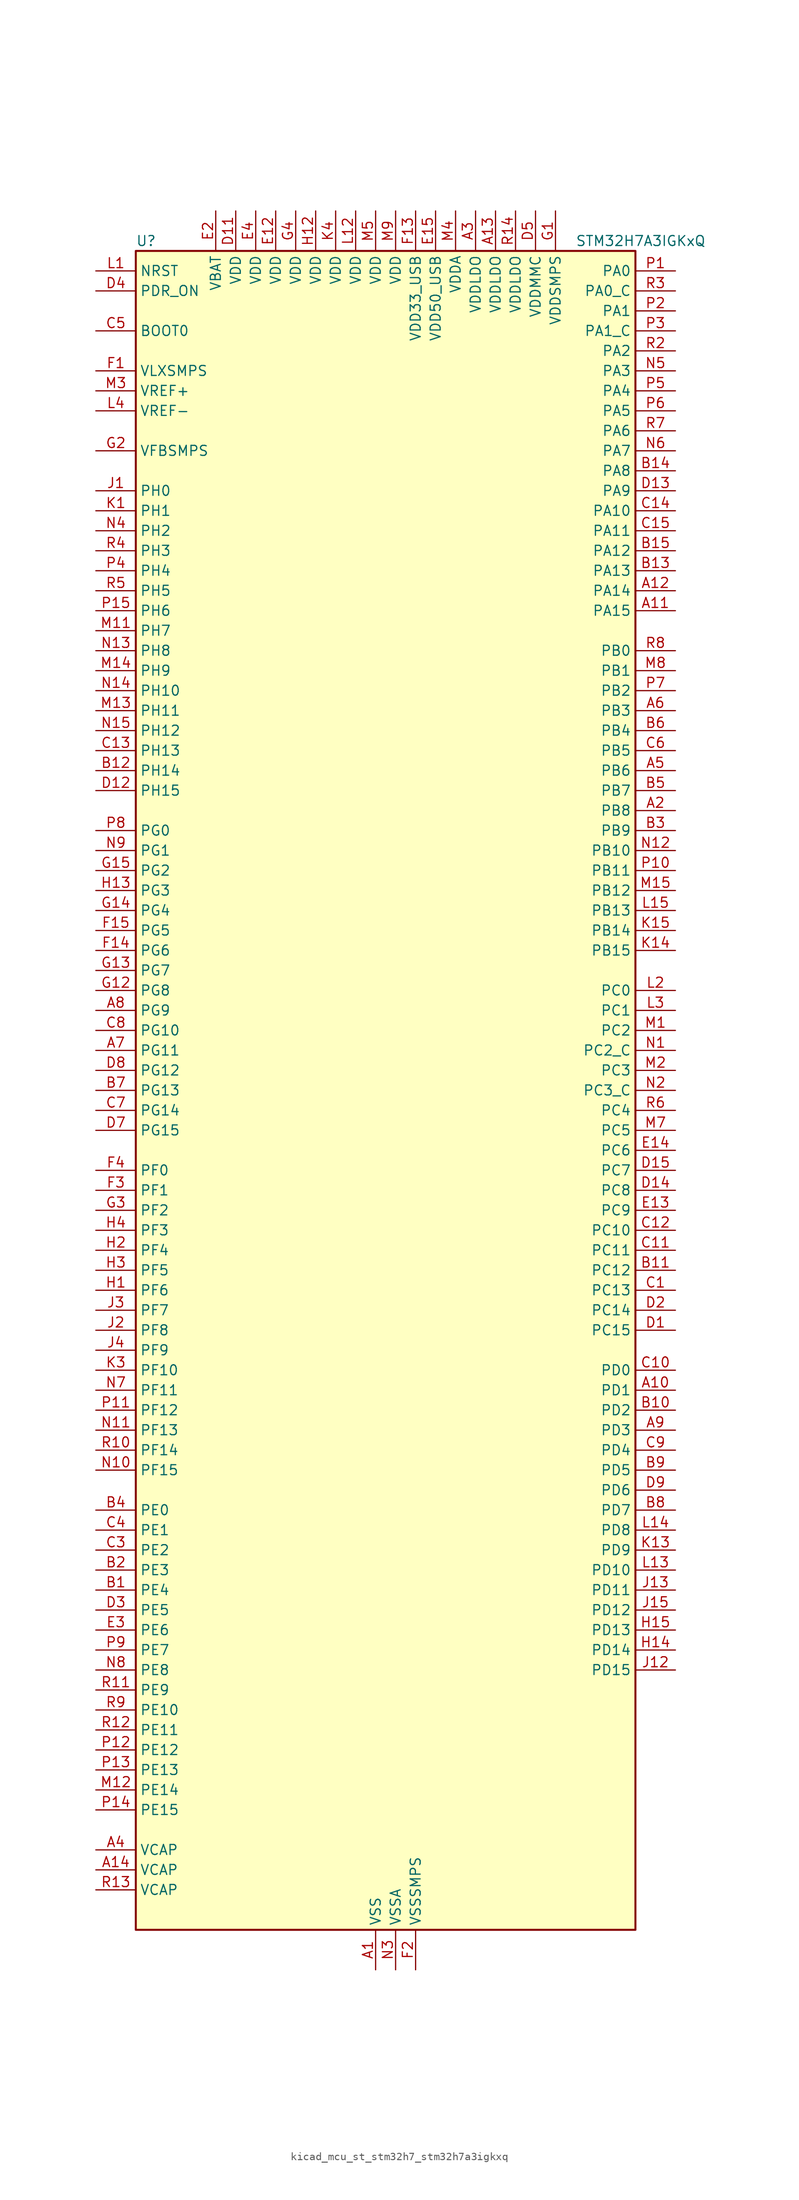
<source format=kicad_sym>
(kicad_symbol_lib
  (version 20220914)
  (generator kicad_symbol_editor)
  (symbol "kicad_mcu_st_stm32h7_stm32h7a3igkxq"
    (property "Reference" "U"
      (at -30.48 107.95 0)
      (effects (font (size 1.27 1.27)) (justify left)))
    (property "Value" "STM32H7A3IGKxQ"
      (at 25.4 107.95 0)
      (effects (font (size 1.27 1.27)) (justify left)))
    (property "ki_locked" ""
      (at 0 0 0)
      (effects (font (size 1.27 1.27))))
    (symbol "kicad_mcu_st_stm32h7_stm32h7a3igkxq_0_1"
      (rectangle (start -30.48 -106.68) (end 33.02 106.68) (stroke (width 0.254) (type default)) (fill (type background))))
    (symbol "kicad_mcu_st_stm32h7_stm32h7a3igkxq_1_1"
      (pin power_in line (at 0 -111.76 90) (length 5.08) (name "VSS" (effects (font (size 1.27 1.27)))) (number "A1" (effects (font (size 1.27 1.27)))))
      (pin bidirectional line (at 38.1 -38.1 180) (length 5.08) (name "PD1" (effects (font (size 1.27 1.27)))) (number "A10" (effects (font (size 1.27 1.27)))) (alternate "DFSDM1_DATIN6" bidirectional line) (alternate "FDCAN1_TX" bidirectional line) (alternate "FMC_D3" bidirectional line) (alternate "FMC_DA3" bidirectional line) (alternate "UART4_TX" bidirectional line))
      (pin bidirectional line (at 38.1 60.96 180) (length 5.08) (name "PA15" (effects (font (size 1.27 1.27)))) (number "A11" (effects (font (size 1.27 1.27)))) (alternate "ADC1_EXTI15" bidirectional line) (alternate "ADC2_EXTI15" bidirectional line) (alternate "CEC" bidirectional line) (alternate "DEBUG_JTDI" bidirectional line) (alternate "I2S1_WS" bidirectional line) (alternate "I2S3_WS" bidirectional line) (alternate "I2S6_WS" bidirectional line) (alternate "LTDC_B6" bidirectional line) (alternate "LTDC_R3" bidirectional line) (alternate "SPI1_NSS" bidirectional line) (alternate "SPI3_NSS" bidirectional line) (alternate "SPI6_NSS" bidirectional line) (alternate "TIM2_CH1" bidirectional line) (alternate "TIM2_ETR" bidirectional line) (alternate "UART4_DE" bidirectional line) (alternate "UART4_RTS" bidirectional line) (alternate "UART7_TX" bidirectional line))
      (pin bidirectional line (at 38.1 63.5 180) (length 5.08) (name "PA14" (effects (font (size 1.27 1.27)))) (number "A12" (effects (font (size 1.27 1.27)))) (alternate "DEBUG_JTCK-SWCLK" bidirectional line))
      (pin power_in line (at 15.24 111.76 270) (length 5.08) (name "VDDLDO" (effects (font (size 1.27 1.27)))) (number "A13" (effects (font (size 1.27 1.27)))))
      (pin power_out line (at -35.56 -99.06 0) (length 5.08) (name "VCAP" (effects (font (size 1.27 1.27)))) (number "A14" (effects (font (size 1.27 1.27)))))
      (pin passive line (at 0 -111.76 90) (length 5.08) hide (name "VSS" (effects (font (size 1.27 1.27)))) (number "A15" (effects (font (size 1.27 1.27)))))
      (pin bidirectional line (at 38.1 35.56 180) (length 5.08) (name "PB8" (effects (font (size 1.27 1.27)))) (number "A2" (effects (font (size 1.27 1.27)))) (alternate "DCMI_D6" bidirectional line) (alternate "DFSDM1_CKIN7" bidirectional line) (alternate "FDCAN1_RX" bidirectional line) (alternate "I2C1_SCL" bidirectional line) (alternate "I2C4_SCL" bidirectional line) (alternate "LTDC_B6" bidirectional line) (alternate "PSSI_D6" bidirectional line) (alternate "SDMMC1_CKIN" bidirectional line) (alternate "SDMMC1_D4" bidirectional line) (alternate "SDMMC2_D4" bidirectional line) (alternate "TIM16_CH1" bidirectional line) (alternate "TIM4_CH3" bidirectional line) (alternate "UART4_RX" bidirectional line))
      (pin power_in line (at 12.7 111.76 270) (length 5.08) (name "VDDLDO" (effects (font (size 1.27 1.27)))) (number "A3" (effects (font (size 1.27 1.27)))))
      (pin power_out line (at -35.56 -96.52 0) (length 5.08) (name "VCAP" (effects (font (size 1.27 1.27)))) (number "A4" (effects (font (size 1.27 1.27)))))
      (pin bidirectional line (at 38.1 40.64 180) (length 5.08) (name "PB6" (effects (font (size 1.27 1.27)))) (number "A5" (effects (font (size 1.27 1.27)))) (alternate "CEC" bidirectional line) (alternate "DCMI_D5" bidirectional line) (alternate "DFSDM1_DATIN5" bidirectional line) (alternate "FDCAN2_TX" bidirectional line) (alternate "FMC_SDNE1" bidirectional line) (alternate "I2C1_SCL" bidirectional line) (alternate "I2C4_SCL" bidirectional line) (alternate "LPUART1_TX" bidirectional line) (alternate "OCTOSPIM_P1_NCS" bidirectional line) (alternate "PSSI_D5" bidirectional line) (alternate "TIM16_CH1N" bidirectional line) (alternate "TIM4_CH1" bidirectional line) (alternate "UART5_TX" bidirectional line) (alternate "USART1_TX" bidirectional line))
      (pin bidirectional line (at 38.1 48.26 180) (length 5.08) (name "PB3" (effects (font (size 1.27 1.27)))) (number "A6" (effects (font (size 1.27 1.27)))) (alternate "CRS_SYNC" bidirectional line) (alternate "DEBUG_JTDO-SWO" bidirectional line) (alternate "I2S1_CK" bidirectional line) (alternate "I2S3_CK" bidirectional line) (alternate "I2S6_CK" bidirectional line) (alternate "SDMMC2_D2" bidirectional line) (alternate "SPI1_SCK" bidirectional line) (alternate "SPI3_SCK" bidirectional line) (alternate "SPI6_SCK" bidirectional line) (alternate "TIM2_CH2" bidirectional line) (alternate "UART7_RX" bidirectional line))
      (pin bidirectional line (at -35.56 5.08 0) (length 5.08) (name "PG11" (effects (font (size 1.27 1.27)))) (number "A7" (effects (font (size 1.27 1.27)))) (alternate "ADC1_EXTI11" bidirectional line) (alternate "ADC2_EXTI11" bidirectional line) (alternate "DCMI_D3" bidirectional line) (alternate "I2S1_CK" bidirectional line) (alternate "LPTIM1_IN2" bidirectional line) (alternate "LTDC_B3" bidirectional line) (alternate "OCTOSPIM_P2_IO7" bidirectional line) (alternate "PSSI_D3" bidirectional line) (alternate "SDMMC2_D2" bidirectional line) (alternate "SPDIFRX_IN0" bidirectional line) (alternate "SPI1_SCK" bidirectional line) (alternate "USART10_RX" bidirectional line))
      (pin bidirectional line (at -35.56 10.16 0) (length 5.08) (name "PG9" (effects (font (size 1.27 1.27)))) (number "A8" (effects (font (size 1.27 1.27)))) (alternate "DAC1_EXTI9" bidirectional line) (alternate "DCMI_VSYNC" bidirectional line) (alternate "FMC_NCE" bidirectional line) (alternate "FMC_NE2" bidirectional line) (alternate "I2S1_SDI" bidirectional line) (alternate "OCTOSPIM_P1_IO6" bidirectional line) (alternate "PSSI_RDY" bidirectional line) (alternate "SAI2_FS_B" bidirectional line) (alternate "SDMMC2_D0" bidirectional line) (alternate "SPDIFRX_IN3" bidirectional line) (alternate "SPI1_MISO" bidirectional line) (alternate "USART6_RX" bidirectional line))
      (pin bidirectional line (at 38.1 -43.18 180) (length 5.08) (name "PD3" (effects (font (size 1.27 1.27)))) (number "A9" (effects (font (size 1.27 1.27)))) (alternate "DCMI_D5" bidirectional line) (alternate "DFSDM1_CKOUT" bidirectional line) (alternate "FMC_CLK" bidirectional line) (alternate "I2S2_CK" bidirectional line) (alternate "LTDC_G7" bidirectional line) (alternate "PSSI_D5" bidirectional line) (alternate "SPI2_SCK" bidirectional line) (alternate "USART2_CTS" bidirectional line) (alternate "USART2_NSS" bidirectional line))
      (pin bidirectional line (at -35.56 -63.5 0) (length 5.08) (name "PE4" (effects (font (size 1.27 1.27)))) (number "B1" (effects (font (size 1.27 1.27)))) (alternate "DCMI_D4" bidirectional line) (alternate "DEBUG_TRACED1" bidirectional line) (alternate "DFSDM1_DATIN3" bidirectional line) (alternate "FMC_A20" bidirectional line) (alternate "LTDC_B0" bidirectional line) (alternate "PSSI_D4" bidirectional line) (alternate "SAI1_D2" bidirectional line) (alternate "SAI1_FS_A" bidirectional line) (alternate "SPI4_NSS" bidirectional line) (alternate "TIM15_CH1N" bidirectional line))
      (pin bidirectional line (at 38.1 -40.64 180) (length 5.08) (name "PD2" (effects (font (size 1.27 1.27)))) (number "B10" (effects (font (size 1.27 1.27)))) (alternate "DCMI_D11" bidirectional line) (alternate "DEBUG_TRACED2" bidirectional line) (alternate "LTDC_B2" bidirectional line) (alternate "LTDC_B7" bidirectional line) (alternate "PSSI_D11" bidirectional line) (alternate "SDMMC1_CMD" bidirectional line) (alternate "TIM15_BKIN" bidirectional line) (alternate "TIM3_ETR" bidirectional line) (alternate "UART5_RX" bidirectional line))
      (pin bidirectional line (at 38.1 -22.86 180) (length 5.08) (name "PC12" (effects (font (size 1.27 1.27)))) (number "B11" (effects (font (size 1.27 1.27)))) (alternate "DCMI_D9" bidirectional line) (alternate "DEBUG_TRACED3" bidirectional line) (alternate "DFSDM2_CKOUT" bidirectional line) (alternate "I2S3_SDO" bidirectional line) (alternate "I2S6_CK" bidirectional line) (alternate "LTDC_R6" bidirectional line) (alternate "PSSI_D9" bidirectional line) (alternate "SDMMC1_CK" bidirectional line) (alternate "SPI3_MOSI" bidirectional line) (alternate "SPI6_SCK" bidirectional line) (alternate "TIM15_CH1" bidirectional line) (alternate "UART5_TX" bidirectional line) (alternate "USART3_CK" bidirectional line))
      (pin bidirectional line (at -35.56 40.64 0) (length 5.08) (name "PH14" (effects (font (size 1.27 1.27)))) (number "B12" (effects (font (size 1.27 1.27)))) (alternate "DCMI_D4" bidirectional line) (alternate "FDCAN1_RX" bidirectional line) (alternate "FMC_D22" bidirectional line) (alternate "LTDC_G3" bidirectional line) (alternate "PSSI_D4" bidirectional line) (alternate "TIM8_CH2N" bidirectional line) (alternate "UART4_RX" bidirectional line))
      (pin bidirectional line (at 38.1 66.04 180) (length 5.08) (name "PA13" (effects (font (size 1.27 1.27)))) (number "B13" (effects (font (size 1.27 1.27)))) (alternate "DEBUG_JTMS-SWDIO" bidirectional line))
      (pin bidirectional line (at 38.1 78.74 180) (length 5.08) (name "PA8" (effects (font (size 1.27 1.27)))) (number "B14" (effects (font (size 1.27 1.27)))) (alternate "I2C3_SCL" bidirectional line) (alternate "LTDC_B3" bidirectional line) (alternate "LTDC_R6" bidirectional line) (alternate "RCC_MCO_1" bidirectional line) (alternate "TIM1_CH1" bidirectional line) (alternate "TIM8_BKIN2" bidirectional line) (alternate "TIM8_BKIN2_COMP1" bidirectional line) (alternate "TIM8_BKIN2_COMP2" bidirectional line) (alternate "UART7_RX" bidirectional line) (alternate "USART1_CK" bidirectional line) (alternate "USB_OTG_HS_SOF" bidirectional line))
      (pin bidirectional line (at 38.1 68.58 180) (length 5.08) (name "PA12" (effects (font (size 1.27 1.27)))) (number "B15" (effects (font (size 1.27 1.27)))) (alternate "FDCAN1_TX" bidirectional line) (alternate "I2S2_CK" bidirectional line) (alternate "LPUART1_DE" bidirectional line) (alternate "LPUART1_RTS" bidirectional line) (alternate "LTDC_R5" bidirectional line) (alternate "SAI2_FS_B" bidirectional line) (alternate "SPI2_SCK" bidirectional line) (alternate "TIM1_ETR" bidirectional line) (alternate "UART4_TX" bidirectional line) (alternate "USART1_DE" bidirectional line) (alternate "USART1_RTS" bidirectional line) (alternate "USB_OTG_HS_DP" bidirectional line))
      (pin bidirectional line (at -35.56 -60.96 0) (length 5.08) (name "PE3" (effects (font (size 1.27 1.27)))) (number "B2" (effects (font (size 1.27 1.27)))) (alternate "DEBUG_TRACED0" bidirectional line) (alternate "FMC_A19" bidirectional line) (alternate "SAI1_SD_B" bidirectional line) (alternate "TIM15_BKIN" bidirectional line) (alternate "USART10_TX" bidirectional line))
      (pin bidirectional line (at 38.1 33.02 180) (length 5.08) (name "PB9" (effects (font (size 1.27 1.27)))) (number "B3" (effects (font (size 1.27 1.27)))) (alternate "DAC1_EXTI9" bidirectional line) (alternate "DCMI_D7" bidirectional line) (alternate "DFSDM1_DATIN7" bidirectional line) (alternate "FDCAN1_TX" bidirectional line) (alternate "I2C1_SDA" bidirectional line) (alternate "I2C4_SDA" bidirectional line) (alternate "I2C4_SMBA" bidirectional line) (alternate "I2S2_WS" bidirectional line) (alternate "LTDC_B7" bidirectional line) (alternate "PSSI_D7" bidirectional line) (alternate "SDMMC1_CDIR" bidirectional line) (alternate "SDMMC1_D5" bidirectional line) (alternate "SDMMC2_D5" bidirectional line) (alternate "SPI2_NSS" bidirectional line) (alternate "TIM17_CH1" bidirectional line) (alternate "TIM4_CH4" bidirectional line) (alternate "UART4_TX" bidirectional line))
      (pin bidirectional line (at -35.56 -53.34 0) (length 5.08) (name "PE0" (effects (font (size 1.27 1.27)))) (number "B4" (effects (font (size 1.27 1.27)))) (alternate "DCMI_D2" bidirectional line) (alternate "FMC_NBL0" bidirectional line) (alternate "LPTIM1_ETR" bidirectional line) (alternate "LPTIM2_ETR" bidirectional line) (alternate "LTDC_R0" bidirectional line) (alternate "PSSI_D2" bidirectional line) (alternate "SAI2_MCLK_A" bidirectional line) (alternate "TIM4_ETR" bidirectional line) (alternate "UART8_RX" bidirectional line))
      (pin bidirectional line (at 38.1 38.1 180) (length 5.08) (name "PB7" (effects (font (size 1.27 1.27)))) (number "B5" (effects (font (size 1.27 1.27)))) (alternate "DCMI_VSYNC" bidirectional line) (alternate "DFSDM1_CKIN5" bidirectional line) (alternate "FMC_NL" bidirectional line) (alternate "I2C1_SDA" bidirectional line) (alternate "I2C4_SDA" bidirectional line) (alternate "LPUART1_RX" bidirectional line) (alternate "PSSI_RDY" bidirectional line) (alternate "PWR_PVD_IN" bidirectional line) (alternate "TIM17_CH1N" bidirectional line) (alternate "TIM4_CH2" bidirectional line) (alternate "USART1_RX" bidirectional line))
      (pin bidirectional line (at 38.1 45.72 180) (length 5.08) (name "PB4" (effects (font (size 1.27 1.27)))) (number "B6" (effects (font (size 1.27 1.27)))) (alternate "DEBUG_JTRST" bidirectional line) (alternate "I2S1_SDI" bidirectional line) (alternate "I2S2_WS" bidirectional line) (alternate "I2S3_SDI" bidirectional line) (alternate "I2S6_SDI" bidirectional line) (alternate "SDMMC2_D3" bidirectional line) (alternate "SPI1_MISO" bidirectional line) (alternate "SPI2_NSS" bidirectional line) (alternate "SPI3_MISO" bidirectional line) (alternate "SPI6_MISO" bidirectional line) (alternate "TIM16_BKIN" bidirectional line) (alternate "TIM3_CH1" bidirectional line) (alternate "UART7_TX" bidirectional line))
      (pin bidirectional line (at -35.56 0 0) (length 5.08) (name "PG13" (effects (font (size 1.27 1.27)))) (number "B7" (effects (font (size 1.27 1.27)))) (alternate "DEBUG_TRACED0" bidirectional line) (alternate "FMC_A24" bidirectional line) (alternate "I2S6_CK" bidirectional line) (alternate "LPTIM1_OUT" bidirectional line) (alternate "LTDC_R0" bidirectional line) (alternate "SDMMC2_D6" bidirectional line) (alternate "SPI6_SCK" bidirectional line) (alternate "USART10_CTS" bidirectional line) (alternate "USART10_NSS" bidirectional line) (alternate "USART6_CTS" bidirectional line) (alternate "USART6_NSS" bidirectional line))
      (pin bidirectional line (at 38.1 -53.34 180) (length 5.08) (name "PD7" (effects (font (size 1.27 1.27)))) (number "B8" (effects (font (size 1.27 1.27)))) (alternate "DFSDM1_CKIN1" bidirectional line) (alternate "DFSDM1_DATIN4" bidirectional line) (alternate "FMC_NE1" bidirectional line) (alternate "I2S1_SDO" bidirectional line) (alternate "OCTOSPIM_P1_IO7" bidirectional line) (alternate "SDMMC2_CMD" bidirectional line) (alternate "SPDIFRX_IN0" bidirectional line) (alternate "SPI1_MOSI" bidirectional line) (alternate "USART2_CK" bidirectional line))
      (pin bidirectional line (at 38.1 -48.26 180) (length 5.08) (name "PD5" (effects (font (size 1.27 1.27)))) (number "B9" (effects (font (size 1.27 1.27)))) (alternate "FMC_NWE" bidirectional line) (alternate "OCTOSPIM_P1_IO5" bidirectional line) (alternate "USART2_TX" bidirectional line))
      (pin bidirectional line (at 38.1 -25.4 180) (length 5.08) (name "PC13" (effects (font (size 1.27 1.27)))) (number "C1" (effects (font (size 1.27 1.27)))) (alternate "PWR_WKUP4" bidirectional line) (alternate "RTC_OUT_ALARM" bidirectional line) (alternate "RTC_OUT_CALIB" bidirectional line) (alternate "RTC_TAMP1" bidirectional line) (alternate "RTC_TS" bidirectional line))
      (pin bidirectional line (at 38.1 -35.56 180) (length 5.08) (name "PD0" (effects (font (size 1.27 1.27)))) (number "C10" (effects (font (size 1.27 1.27)))) (alternate "DFSDM1_CKIN6" bidirectional line) (alternate "FDCAN1_RX" bidirectional line) (alternate "FMC_D2" bidirectional line) (alternate "FMC_DA2" bidirectional line) (alternate "LTDC_B1" bidirectional line) (alternate "UART4_RX" bidirectional line) (alternate "UART9_CTS" bidirectional line))
      (pin bidirectional line (at 38.1 -20.32 180) (length 5.08) (name "PC11" (effects (font (size 1.27 1.27)))) (number "C11" (effects (font (size 1.27 1.27)))) (alternate "ADC1_EXTI11" bidirectional line) (alternate "ADC2_EXTI11" bidirectional line) (alternate "DCMI_D4" bidirectional line) (alternate "DFSDM1_DATIN5" bidirectional line) (alternate "DFSDM2_DATIN0" bidirectional line) (alternate "I2S3_SDI" bidirectional line) (alternate "LTDC_B4" bidirectional line) (alternate "OCTOSPIM_P1_NCS" bidirectional line) (alternate "PSSI_D4" bidirectional line) (alternate "SDMMC1_D3" bidirectional line) (alternate "SPI3_MISO" bidirectional line) (alternate "UART4_RX" bidirectional line) (alternate "USART3_RX" bidirectional line))
      (pin bidirectional line (at 38.1 -17.78 180) (length 5.08) (name "PC10" (effects (font (size 1.27 1.27)))) (number "C12" (effects (font (size 1.27 1.27)))) (alternate "DCMI_D8" bidirectional line) (alternate "DFSDM1_CKIN5" bidirectional line) (alternate "DFSDM2_CKIN0" bidirectional line) (alternate "I2S3_CK" bidirectional line) (alternate "LTDC_B1" bidirectional line) (alternate "LTDC_R2" bidirectional line) (alternate "OCTOSPIM_P1_IO1" bidirectional line) (alternate "PSSI_D8" bidirectional line) (alternate "SDMMC1_D2" bidirectional line) (alternate "SPI3_SCK" bidirectional line) (alternate "SWPMI1_RX" bidirectional line) (alternate "UART4_TX" bidirectional line) (alternate "USART3_TX" bidirectional line))
      (pin bidirectional line (at -35.56 43.18 0) (length 5.08) (name "PH13" (effects (font (size 1.27 1.27)))) (number "C13" (effects (font (size 1.27 1.27)))) (alternate "FDCAN1_TX" bidirectional line) (alternate "FMC_D21" bidirectional line) (alternate "LTDC_G2" bidirectional line) (alternate "TIM8_CH1N" bidirectional line) (alternate "UART4_TX" bidirectional line))
      (pin bidirectional line (at 38.1 73.66 180) (length 5.08) (name "PA10" (effects (font (size 1.27 1.27)))) (number "C14" (effects (font (size 1.27 1.27)))) (alternate "DCMI_D1" bidirectional line) (alternate "LPUART1_RX" bidirectional line) (alternate "LTDC_B1" bidirectional line) (alternate "LTDC_B4" bidirectional line) (alternate "MDIOS_MDIO" bidirectional line) (alternate "PSSI_D1" bidirectional line) (alternate "TIM1_CH3" bidirectional line) (alternate "USART1_RX" bidirectional line) (alternate "USB_OTG_HS_ID" bidirectional line))
      (pin bidirectional line (at 38.1 71.12 180) (length 5.08) (name "PA11" (effects (font (size 1.27 1.27)))) (number "C15" (effects (font (size 1.27 1.27)))) (alternate "ADC1_EXTI11" bidirectional line) (alternate "ADC2_EXTI11" bidirectional line) (alternate "FDCAN1_RX" bidirectional line) (alternate "I2S2_WS" bidirectional line) (alternate "LPUART1_CTS" bidirectional line) (alternate "LTDC_R4" bidirectional line) (alternate "SPI2_NSS" bidirectional line) (alternate "TIM1_CH4" bidirectional line) (alternate "UART4_RX" bidirectional line) (alternate "USART1_CTS" bidirectional line) (alternate "USART1_NSS" bidirectional line) (alternate "USB_OTG_HS_DM" bidirectional line))
      (pin passive line (at 0 -111.76 90) (length 5.08) hide (name "VSS" (effects (font (size 1.27 1.27)))) (number "C2" (effects (font (size 1.27 1.27)))))
      (pin bidirectional line (at -35.56 -58.42 0) (length 5.08) (name "PE2" (effects (font (size 1.27 1.27)))) (number "C3" (effects (font (size 1.27 1.27)))) (alternate "DEBUG_TRACECLK" bidirectional line) (alternate "FMC_A23" bidirectional line) (alternate "OCTOSPIM_P1_IO2" bidirectional line) (alternate "SAI1_CK1" bidirectional line) (alternate "SAI1_MCLK_A" bidirectional line) (alternate "SPI4_SCK" bidirectional line) (alternate "USART10_RX" bidirectional line))
      (pin bidirectional line (at -35.56 -55.88 0) (length 5.08) (name "PE1" (effects (font (size 1.27 1.27)))) (number "C4" (effects (font (size 1.27 1.27)))) (alternate "DCMI_D3" bidirectional line) (alternate "FMC_NBL1" bidirectional line) (alternate "LPTIM1_IN2" bidirectional line) (alternate "LTDC_R6" bidirectional line) (alternate "PSSI_D3" bidirectional line) (alternate "UART8_TX" bidirectional line))
      (pin input line (at -35.56 96.52 0) (length 5.08) (name "BOOT0" (effects (font (size 1.27 1.27)))) (number "C5" (effects (font (size 1.27 1.27)))))
      (pin bidirectional line (at 38.1 43.18 180) (length 5.08) (name "PB5" (effects (font (size 1.27 1.27)))) (number "C6" (effects (font (size 1.27 1.27)))) (alternate "DCMI_D10" bidirectional line) (alternate "FDCAN2_RX" bidirectional line) (alternate "FMC_SDCKE1" bidirectional line) (alternate "I2C1_SMBA" bidirectional line) (alternate "I2C4_SMBA" bidirectional line) (alternate "I2S1_SDO" bidirectional line) (alternate "I2S3_SDO" bidirectional line) (alternate "I2S6_SDO" bidirectional line) (alternate "LTDC_B5" bidirectional line) (alternate "PSSI_D10" bidirectional line) (alternate "SPI1_MOSI" bidirectional line) (alternate "SPI3_MOSI" bidirectional line) (alternate "SPI6_MOSI" bidirectional line) (alternate "TIM17_BKIN" bidirectional line) (alternate "TIM3_CH2" bidirectional line) (alternate "UART5_RX" bidirectional line) (alternate "USB_OTG_HS_ULPI_D7" bidirectional line))
      (pin bidirectional line (at -35.56 -2.54 0) (length 5.08) (name "PG14" (effects (font (size 1.27 1.27)))) (number "C7" (effects (font (size 1.27 1.27)))) (alternate "DEBUG_TRACED1" bidirectional line) (alternate "FMC_A25" bidirectional line) (alternate "I2S6_SDO" bidirectional line) (alternate "LPTIM1_ETR" bidirectional line) (alternate "LTDC_B0" bidirectional line) (alternate "OCTOSPIM_P1_IO7" bidirectional line) (alternate "SDMMC2_D7" bidirectional line) (alternate "SPI6_MOSI" bidirectional line) (alternate "USART10_DE" bidirectional line) (alternate "USART10_RTS" bidirectional line) (alternate "USART6_TX" bidirectional line))
      (pin bidirectional line (at -35.56 7.62 0) (length 5.08) (name "PG10" (effects (font (size 1.27 1.27)))) (number "C8" (effects (font (size 1.27 1.27)))) (alternate "DCMI_D2" bidirectional line) (alternate "FMC_NE3" bidirectional line) (alternate "I2S1_WS" bidirectional line) (alternate "LTDC_B2" bidirectional line) (alternate "LTDC_G3" bidirectional line) (alternate "OCTOSPIM_P2_IO6" bidirectional line) (alternate "PSSI_D2" bidirectional line) (alternate "SAI2_SD_B" bidirectional line) (alternate "SDMMC2_D1" bidirectional line) (alternate "SPI1_NSS" bidirectional line))
      (pin bidirectional line (at 38.1 -45.72 180) (length 5.08) (name "PD4" (effects (font (size 1.27 1.27)))) (number "C9" (effects (font (size 1.27 1.27)))) (alternate "FMC_NOE" bidirectional line) (alternate "OCTOSPIM_P1_IO4" bidirectional line) (alternate "USART2_DE" bidirectional line) (alternate "USART2_RTS" bidirectional line))
      (pin bidirectional line (at 38.1 -30.48 180) (length 5.08) (name "PC15" (effects (font (size 1.27 1.27)))) (number "D1" (effects (font (size 1.27 1.27)))) (alternate "ADC1_EXTI15" bidirectional line) (alternate "ADC2_EXTI15" bidirectional line) (alternate "RCC_OSC32_OUT" bidirectional line))
      (pin passive line (at 0 -111.76 90) (length 5.08) hide (name "VSS" (effects (font (size 1.27 1.27)))) (number "D10" (effects (font (size 1.27 1.27)))))
      (pin power_in line (at -17.78 111.76 270) (length 5.08) (name "VDD" (effects (font (size 1.27 1.27)))) (number "D11" (effects (font (size 1.27 1.27)))))
      (pin bidirectional line (at -35.56 38.1 0) (length 5.08) (name "PH15" (effects (font (size 1.27 1.27)))) (number "D12" (effects (font (size 1.27 1.27)))) (alternate "ADC1_EXTI15" bidirectional line) (alternate "ADC2_EXTI15" bidirectional line) (alternate "DCMI_D11" bidirectional line) (alternate "FMC_D23" bidirectional line) (alternate "LTDC_G4" bidirectional line) (alternate "PSSI_D11" bidirectional line) (alternate "TIM8_CH3N" bidirectional line))
      (pin bidirectional line (at 38.1 76.2 180) (length 5.08) (name "PA9" (effects (font (size 1.27 1.27)))) (number "D13" (effects (font (size 1.27 1.27)))) (alternate "DAC1_EXTI9" bidirectional line) (alternate "DCMI_D0" bidirectional line) (alternate "I2C3_SMBA" bidirectional line) (alternate "I2S2_CK" bidirectional line) (alternate "LPUART1_TX" bidirectional line) (alternate "LTDC_R5" bidirectional line) (alternate "PSSI_D0" bidirectional line) (alternate "SPI2_SCK" bidirectional line) (alternate "TIM1_CH2" bidirectional line) (alternate "USART1_TX" bidirectional line) (alternate "USB_OTG_HS_VBUS" bidirectional line))
      (pin bidirectional line (at 38.1 -12.7 180) (length 5.08) (name "PC8" (effects (font (size 1.27 1.27)))) (number "D14" (effects (font (size 1.27 1.27)))) (alternate "DCMI_D2" bidirectional line) (alternate "DEBUG_TRACED1" bidirectional line) (alternate "FMC_INT" bidirectional line) (alternate "FMC_NCE" bidirectional line) (alternate "FMC_NE2" bidirectional line) (alternate "PSSI_D2" bidirectional line) (alternate "SDMMC1_D0" bidirectional line) (alternate "SWPMI1_RX" bidirectional line) (alternate "TIM3_CH3" bidirectional line) (alternate "TIM8_CH3" bidirectional line) (alternate "UART5_DE" bidirectional line) (alternate "UART5_RTS" bidirectional line) (alternate "USART6_CK" bidirectional line))
      (pin bidirectional line (at 38.1 -10.16 180) (length 5.08) (name "PC7" (effects (font (size 1.27 1.27)))) (number "D15" (effects (font (size 1.27 1.27)))) (alternate "DCMI_D1" bidirectional line) (alternate "DEBUG_TRGIO" bidirectional line) (alternate "DFSDM1_DATIN3" bidirectional line) (alternate "FMC_NE1" bidirectional line) (alternate "I2S3_MCK" bidirectional line) (alternate "LTDC_G6" bidirectional line) (alternate "PSSI_D1" bidirectional line) (alternate "SDMMC1_D123DIR" bidirectional line) (alternate "SDMMC1_D7" bidirectional line) (alternate "SDMMC2_D7" bidirectional line) (alternate "SWPMI1_TX" bidirectional line) (alternate "TIM3_CH2" bidirectional line) (alternate "TIM8_CH2" bidirectional line) (alternate "USART6_RX" bidirectional line))
      (pin bidirectional line (at 38.1 -27.94 180) (length 5.08) (name "PC14" (effects (font (size 1.27 1.27)))) (number "D2" (effects (font (size 1.27 1.27)))) (alternate "RCC_OSC32_IN" bidirectional line))
      (pin bidirectional line (at -35.56 -66.04 0) (length 5.08) (name "PE5" (effects (font (size 1.27 1.27)))) (number "D3" (effects (font (size 1.27 1.27)))) (alternate "DCMI_D6" bidirectional line) (alternate "DEBUG_TRACED2" bidirectional line) (alternate "DFSDM1_CKIN3" bidirectional line) (alternate "FMC_A21" bidirectional line) (alternate "LTDC_G0" bidirectional line) (alternate "PSSI_D6" bidirectional line) (alternate "SAI1_CK2" bidirectional line) (alternate "SAI1_SCK_A" bidirectional line) (alternate "SPI4_MISO" bidirectional line) (alternate "TIM15_CH1" bidirectional line))
      (pin input line (at -35.56 101.6 0) (length 5.08) (name "PDR_ON" (effects (font (size 1.27 1.27)))) (number "D4" (effects (font (size 1.27 1.27)))))
      (pin power_in line (at 20.32 111.76 270) (length 5.08) (name "VDDMMC" (effects (font (size 1.27 1.27)))) (number "D5" (effects (font (size 1.27 1.27)))))
      (pin passive line (at 0 -111.76 90) (length 5.08) hide (name "VSS" (effects (font (size 1.27 1.27)))) (number "D6" (effects (font (size 1.27 1.27)))))
      (pin bidirectional line (at -35.56 -5.08 0) (length 5.08) (name "PG15" (effects (font (size 1.27 1.27)))) (number "D7" (effects (font (size 1.27 1.27)))) (alternate "ADC1_EXTI15" bidirectional line) (alternate "ADC2_EXTI15" bidirectional line) (alternate "DCMI_D13" bidirectional line) (alternate "FMC_SDNCAS" bidirectional line) (alternate "OCTOSPIM_P2_DQS" bidirectional line) (alternate "PSSI_D13" bidirectional line) (alternate "USART10_CK" bidirectional line) (alternate "USART6_CTS" bidirectional line) (alternate "USART6_NSS" bidirectional line))
      (pin bidirectional line (at -35.56 2.54 0) (length 5.08) (name "PG12" (effects (font (size 1.27 1.27)))) (number "D8" (effects (font (size 1.27 1.27)))) (alternate "FMC_NE4" bidirectional line) (alternate "I2S6_SDI" bidirectional line) (alternate "LPTIM1_IN1" bidirectional line) (alternate "LTDC_B1" bidirectional line) (alternate "LTDC_B4" bidirectional line) (alternate "OCTOSPIM_P2_NCS" bidirectional line) (alternate "SDMMC2_D3" bidirectional line) (alternate "SPDIFRX_IN1" bidirectional line) (alternate "SPI6_MISO" bidirectional line) (alternate "USART10_TX" bidirectional line) (alternate "USART6_DE" bidirectional line) (alternate "USART6_RTS" bidirectional line))
      (pin bidirectional line (at 38.1 -50.8 180) (length 5.08) (name "PD6" (effects (font (size 1.27 1.27)))) (number "D9" (effects (font (size 1.27 1.27)))) (alternate "DCMI_D10" bidirectional line) (alternate "DFSDM1_CKIN4" bidirectional line) (alternate "DFSDM1_DATIN1" bidirectional line) (alternate "FMC_NWAIT" bidirectional line) (alternate "I2S3_SDO" bidirectional line) (alternate "LTDC_B2" bidirectional line) (alternate "OCTOSPIM_P1_IO6" bidirectional line) (alternate "PSSI_D10" bidirectional line) (alternate "SAI1_D1" bidirectional line) (alternate "SAI1_SD_A" bidirectional line) (alternate "SDMMC2_CK" bidirectional line) (alternate "SPI3_MOSI" bidirectional line) (alternate "USART2_RX" bidirectional line))
      (pin passive line (at 0 -111.76 90) (length 5.08) hide (name "VSS" (effects (font (size 1.27 1.27)))) (number "E1" (effects (font (size 1.27 1.27)))))
      (pin power_in line (at -12.7 111.76 270) (length 5.08) (name "VDD" (effects (font (size 1.27 1.27)))) (number "E12" (effects (font (size 1.27 1.27)))))
      (pin bidirectional line (at 38.1 -15.24 180) (length 5.08) (name "PC9" (effects (font (size 1.27 1.27)))) (number "E13" (effects (font (size 1.27 1.27)))) (alternate "DAC1_EXTI9" bidirectional line) (alternate "DCMI_D3" bidirectional line) (alternate "I2C3_SDA" bidirectional line) (alternate "I2S_CKIN" bidirectional line) (alternate "LTDC_B2" bidirectional line) (alternate "LTDC_G3" bidirectional line) (alternate "OCTOSPIM_P1_IO0" bidirectional line) (alternate "PSSI_D3" bidirectional line) (alternate "RCC_MCO_2" bidirectional line) (alternate "SDMMC1_D1" bidirectional line) (alternate "SWPMI1_SUSPEND" bidirectional line) (alternate "TIM3_CH4" bidirectional line) (alternate "TIM8_CH4" bidirectional line) (alternate "UART5_CTS" bidirectional line))
      (pin bidirectional line (at 38.1 -7.62 180) (length 5.08) (name "PC6" (effects (font (size 1.27 1.27)))) (number "E14" (effects (font (size 1.27 1.27)))) (alternate "DCMI_D0" bidirectional line) (alternate "DFSDM1_CKIN3" bidirectional line) (alternate "FMC_NWAIT" bidirectional line) (alternate "I2S2_MCK" bidirectional line) (alternate "LTDC_HSYNC" bidirectional line) (alternate "PSSI_D0" bidirectional line) (alternate "SDMMC1_D0DIR" bidirectional line) (alternate "SDMMC1_D6" bidirectional line) (alternate "SDMMC2_D6" bidirectional line) (alternate "SWPMI1_IO" bidirectional line) (alternate "TIM3_CH1" bidirectional line) (alternate "TIM8_CH1" bidirectional line) (alternate "USART6_TX" bidirectional line))
      (pin power_in line (at 7.62 111.76 270) (length 5.08) (name "VDD50_USB" (effects (font (size 1.27 1.27)))) (number "E15" (effects (font (size 1.27 1.27)))))
      (pin power_in line (at -20.32 111.76 270) (length 5.08) (name "VBAT" (effects (font (size 1.27 1.27)))) (number "E2" (effects (font (size 1.27 1.27)))))
      (pin bidirectional line (at -35.56 -68.58 0) (length 5.08) (name "PE6" (effects (font (size 1.27 1.27)))) (number "E3" (effects (font (size 1.27 1.27)))) (alternate "DCMI_D7" bidirectional line) (alternate "DEBUG_TRACED3" bidirectional line) (alternate "FMC_A22" bidirectional line) (alternate "LTDC_G1" bidirectional line) (alternate "PSSI_D7" bidirectional line) (alternate "SAI1_D1" bidirectional line) (alternate "SAI1_SD_A" bidirectional line) (alternate "SAI2_MCLK_B" bidirectional line) (alternate "SPI4_MOSI" bidirectional line) (alternate "TIM15_CH2" bidirectional line) (alternate "TIM1_BKIN2" bidirectional line) (alternate "TIM1_BKIN2_COMP1" bidirectional line) (alternate "TIM1_BKIN2_COMP2" bidirectional line))
      (pin power_in line (at -15.24 111.76 270) (length 5.08) (name "VDD" (effects (font (size 1.27 1.27)))) (number "E4" (effects (font (size 1.27 1.27)))))
      (pin power_in line (at -35.56 91.44 0) (length 5.08) (name "VLXSMPS" (effects (font (size 1.27 1.27)))) (number "F1" (effects (font (size 1.27 1.27)))))
      (pin passive line (at 0 -111.76 90) (length 5.08) hide (name "VSS" (effects (font (size 1.27 1.27)))) (number "F10" (effects (font (size 1.27 1.27)))))
      (pin passive line (at 0 -111.76 90) (length 5.08) hide (name "VSS" (effects (font (size 1.27 1.27)))) (number "F12" (effects (font (size 1.27 1.27)))))
      (pin power_in line (at 5.08 111.76 270) (length 5.08) (name "VDD33_USB" (effects (font (size 1.27 1.27)))) (number "F13" (effects (font (size 1.27 1.27)))))
      (pin bidirectional line (at -35.56 17.78 0) (length 5.08) (name "PG6" (effects (font (size 1.27 1.27)))) (number "F14" (effects (font (size 1.27 1.27)))) (alternate "DCMI_D12" bidirectional line) (alternate "FMC_NE3" bidirectional line) (alternate "LTDC_R7" bidirectional line) (alternate "OCTOSPIM_P1_NCS" bidirectional line) (alternate "PSSI_D12" bidirectional line) (alternate "TIM17_BKIN" bidirectional line))
      (pin bidirectional line (at -35.56 20.32 0) (length 5.08) (name "PG5" (effects (font (size 1.27 1.27)))) (number "F15" (effects (font (size 1.27 1.27)))) (alternate "FMC_A15" bidirectional line) (alternate "FMC_BA1" bidirectional line) (alternate "TIM1_ETR" bidirectional line))
      (pin power_in line (at 5.08 -111.76 90) (length 5.08) (name "VSSSMPS" (effects (font (size 1.27 1.27)))) (number "F2" (effects (font (size 1.27 1.27)))))
      (pin bidirectional line (at -35.56 -12.7 0) (length 5.08) (name "PF1" (effects (font (size 1.27 1.27)))) (number "F3" (effects (font (size 1.27 1.27)))) (alternate "FMC_A1" bidirectional line) (alternate "I2C2_SCL" bidirectional line) (alternate "OCTOSPIM_P2_IO1" bidirectional line))
      (pin bidirectional line (at -35.56 -10.16 0) (length 5.08) (name "PF0" (effects (font (size 1.27 1.27)))) (number "F4" (effects (font (size 1.27 1.27)))) (alternate "FMC_A0" bidirectional line) (alternate "I2C2_SDA" bidirectional line) (alternate "OCTOSPIM_P2_IO0" bidirectional line))
      (pin passive line (at 0 -111.76 90) (length 5.08) hide (name "VSS" (effects (font (size 1.27 1.27)))) (number "F6" (effects (font (size 1.27 1.27)))))
      (pin passive line (at 0 -111.76 90) (length 5.08) hide (name "VSS" (effects (font (size 1.27 1.27)))) (number "F7" (effects (font (size 1.27 1.27)))))
      (pin passive line (at 0 -111.76 90) (length 5.08) hide (name "VSS" (effects (font (size 1.27 1.27)))) (number "F8" (effects (font (size 1.27 1.27)))))
      (pin passive line (at 0 -111.76 90) (length 5.08) hide (name "VSS" (effects (font (size 1.27 1.27)))) (number "F9" (effects (font (size 1.27 1.27)))))
      (pin power_in line (at 22.86 111.76 270) (length 5.08) (name "VDDSMPS" (effects (font (size 1.27 1.27)))) (number "G1" (effects (font (size 1.27 1.27)))))
      (pin passive line (at 0 -111.76 90) (length 5.08) hide (name "VSS" (effects (font (size 1.27 1.27)))) (number "G10" (effects (font (size 1.27 1.27)))))
      (pin bidirectional line (at -35.56 12.7 0) (length 5.08) (name "PG8" (effects (font (size 1.27 1.27)))) (number "G12" (effects (font (size 1.27 1.27)))) (alternate "FMC_SDCLK" bidirectional line) (alternate "I2S6_WS" bidirectional line) (alternate "LTDC_G7" bidirectional line) (alternate "SPDIFRX_IN2" bidirectional line) (alternate "SPI6_NSS" bidirectional line) (alternate "TIM8_ETR" bidirectional line) (alternate "USART6_DE" bidirectional line) (alternate "USART6_RTS" bidirectional line))
      (pin bidirectional line (at -35.56 15.24 0) (length 5.08) (name "PG7" (effects (font (size 1.27 1.27)))) (number "G13" (effects (font (size 1.27 1.27)))) (alternate "DCMI_D13" bidirectional line) (alternate "FMC_INT" bidirectional line) (alternate "LTDC_CLK" bidirectional line) (alternate "OCTOSPIM_P2_DQS" bidirectional line) (alternate "PSSI_D13" bidirectional line) (alternate "SAI1_MCLK_A" bidirectional line) (alternate "USART6_CK" bidirectional line))
      (pin bidirectional line (at -35.56 22.86 0) (length 5.08) (name "PG4" (effects (font (size 1.27 1.27)))) (number "G14" (effects (font (size 1.27 1.27)))) (alternate "FMC_A14" bidirectional line) (alternate "FMC_BA0" bidirectional line) (alternate "TIM1_BKIN2" bidirectional line) (alternate "TIM1_BKIN2_COMP1" bidirectional line) (alternate "TIM1_BKIN2_COMP2" bidirectional line))
      (pin bidirectional line (at -35.56 27.94 0) (length 5.08) (name "PG2" (effects (font (size 1.27 1.27)))) (number "G15" (effects (font (size 1.27 1.27)))) (alternate "FMC_A12" bidirectional line) (alternate "TIM8_BKIN" bidirectional line) (alternate "TIM8_BKIN_COMP1" bidirectional line) (alternate "TIM8_BKIN_COMP2" bidirectional line))
      (pin input line (at -35.56 81.28 0) (length 5.08) (name "VFBSMPS" (effects (font (size 1.27 1.27)))) (number "G2" (effects (font (size 1.27 1.27)))))
      (pin bidirectional line (at -35.56 -15.24 0) (length 5.08) (name "PF2" (effects (font (size 1.27 1.27)))) (number "G3" (effects (font (size 1.27 1.27)))) (alternate "FMC_A2" bidirectional line) (alternate "I2C2_SMBA" bidirectional line) (alternate "OCTOSPIM_P2_IO2" bidirectional line))
      (pin power_in line (at -10.16 111.76 270) (length 5.08) (name "VDD" (effects (font (size 1.27 1.27)))) (number "G4" (effects (font (size 1.27 1.27)))))
      (pin passive line (at 0 -111.76 90) (length 5.08) hide (name "VSS" (effects (font (size 1.27 1.27)))) (number "G6" (effects (font (size 1.27 1.27)))))
      (pin passive line (at 0 -111.76 90) (length 5.08) hide (name "VSS" (effects (font (size 1.27 1.27)))) (number "G7" (effects (font (size 1.27 1.27)))))
      (pin passive line (at 0 -111.76 90) (length 5.08) hide (name "VSS" (effects (font (size 1.27 1.27)))) (number "G8" (effects (font (size 1.27 1.27)))))
      (pin passive line (at 0 -111.76 90) (length 5.08) hide (name "VSS" (effects (font (size 1.27 1.27)))) (number "G9" (effects (font (size 1.27 1.27)))))
      (pin bidirectional line (at -35.56 -25.4 0) (length 5.08) (name "PF6" (effects (font (size 1.27 1.27)))) (number "H1" (effects (font (size 1.27 1.27)))) (alternate "OCTOSPIM_P1_IO3" bidirectional line) (alternate "SAI1_SD_B" bidirectional line) (alternate "SPI5_NSS" bidirectional line) (alternate "TIM16_CH1" bidirectional line) (alternate "UART7_RX" bidirectional line))
      (pin passive line (at 0 -111.76 90) (length 5.08) hide (name "VSS" (effects (font (size 1.27 1.27)))) (number "H10" (effects (font (size 1.27 1.27)))))
      (pin power_in line (at -7.62 111.76 270) (length 5.08) (name "VDD" (effects (font (size 1.27 1.27)))) (number "H12" (effects (font (size 1.27 1.27)))))
      (pin bidirectional line (at -35.56 25.4 0) (length 5.08) (name "PG3" (effects (font (size 1.27 1.27)))) (number "H13" (effects (font (size 1.27 1.27)))) (alternate "FMC_A13" bidirectional line) (alternate "TIM8_BKIN2" bidirectional line) (alternate "TIM8_BKIN2_COMP1" bidirectional line) (alternate "TIM8_BKIN2_COMP2" bidirectional line))
      (pin bidirectional line (at 38.1 -71.12 180) (length 5.08) (name "PD14" (effects (font (size 1.27 1.27)))) (number "H14" (effects (font (size 1.27 1.27)))) (alternate "FMC_D0" bidirectional line) (alternate "FMC_DA0" bidirectional line) (alternate "TIM4_CH3" bidirectional line) (alternate "UART8_CTS" bidirectional line) (alternate "UART9_RX" bidirectional line))
      (pin bidirectional line (at 38.1 -68.58 180) (length 5.08) (name "PD13" (effects (font (size 1.27 1.27)))) (number "H15" (effects (font (size 1.27 1.27)))) (alternate "DCMI_D13" bidirectional line) (alternate "FMC_A18" bidirectional line) (alternate "I2C4_SDA" bidirectional line) (alternate "LPTIM1_OUT" bidirectional line) (alternate "OCTOSPIM_P1_IO3" bidirectional line) (alternate "PSSI_D13" bidirectional line) (alternate "SAI2_SCK_A" bidirectional line) (alternate "TIM4_CH2" bidirectional line) (alternate "UART9_DE" bidirectional line) (alternate "UART9_RTS" bidirectional line))
      (pin bidirectional line (at -35.56 -20.32 0) (length 5.08) (name "PF4" (effects (font (size 1.27 1.27)))) (number "H2" (effects (font (size 1.27 1.27)))) (alternate "FMC_A4" bidirectional line) (alternate "OCTOSPIM_P2_CLK" bidirectional line))
      (pin bidirectional line (at -35.56 -22.86 0) (length 5.08) (name "PF5" (effects (font (size 1.27 1.27)))) (number "H3" (effects (font (size 1.27 1.27)))) (alternate "FMC_A5" bidirectional line) (alternate "OCTOSPIM_P2_NCLK" bidirectional line))
      (pin bidirectional line (at -35.56 -17.78 0) (length 5.08) (name "PF3" (effects (font (size 1.27 1.27)))) (number "H4" (effects (font (size 1.27 1.27)))) (alternate "FMC_A3" bidirectional line) (alternate "OCTOSPIM_P2_IO3" bidirectional line))
      (pin passive line (at 0 -111.76 90) (length 5.08) hide (name "VSS" (effects (font (size 1.27 1.27)))) (number "H6" (effects (font (size 1.27 1.27)))))
      (pin passive line (at 0 -111.76 90) (length 5.08) hide (name "VSS" (effects (font (size 1.27 1.27)))) (number "H7" (effects (font (size 1.27 1.27)))))
      (pin passive line (at 0 -111.76 90) (length 5.08) hide (name "VSS" (effects (font (size 1.27 1.27)))) (number "H8" (effects (font (size 1.27 1.27)))))
      (pin passive line (at 0 -111.76 90) (length 5.08) hide (name "VSS" (effects (font (size 1.27 1.27)))) (number "H9" (effects (font (size 1.27 1.27)))))
      (pin bidirectional line (at -35.56 76.2 0) (length 5.08) (name "PH0" (effects (font (size 1.27 1.27)))) (number "J1" (effects (font (size 1.27 1.27)))) (alternate "RCC_OSC_IN" bidirectional line))
      (pin passive line (at 0 -111.76 90) (length 5.08) hide (name "VSS" (effects (font (size 1.27 1.27)))) (number "J10" (effects (font (size 1.27 1.27)))))
      (pin bidirectional line (at 38.1 -73.66 180) (length 5.08) (name "PD15" (effects (font (size 1.27 1.27)))) (number "J12" (effects (font (size 1.27 1.27)))) (alternate "ADC1_EXTI15" bidirectional line) (alternate "ADC2_EXTI15" bidirectional line) (alternate "FMC_D1" bidirectional line) (alternate "FMC_DA1" bidirectional line) (alternate "TIM4_CH4" bidirectional line) (alternate "UART8_DE" bidirectional line) (alternate "UART8_RTS" bidirectional line) (alternate "UART9_TX" bidirectional line))
      (pin bidirectional line (at 38.1 -63.5 180) (length 5.08) (name "PD11" (effects (font (size 1.27 1.27)))) (number "J13" (effects (font (size 1.27 1.27)))) (alternate "ADC1_EXTI11" bidirectional line) (alternate "ADC2_EXTI11" bidirectional line) (alternate "FMC_A16" bidirectional line) (alternate "FMC_CLE" bidirectional line) (alternate "I2C4_SMBA" bidirectional line) (alternate "LPTIM2_IN2" bidirectional line) (alternate "OCTOSPIM_P1_IO0" bidirectional line) (alternate "SAI2_SD_A" bidirectional line) (alternate "USART3_CTS" bidirectional line) (alternate "USART3_NSS" bidirectional line))
      (pin passive line (at 0 -111.76 90) (length 5.08) hide (name "VSS" (effects (font (size 1.27 1.27)))) (number "J14" (effects (font (size 1.27 1.27)))))
      (pin bidirectional line (at 38.1 -66.04 180) (length 5.08) (name "PD12" (effects (font (size 1.27 1.27)))) (number "J15" (effects (font (size 1.27 1.27)))) (alternate "DCMI_D12" bidirectional line) (alternate "FMC_A17" bidirectional line) (alternate "FMC_ALE" bidirectional line) (alternate "I2C4_SCL" bidirectional line) (alternate "LPTIM1_IN1" bidirectional line) (alternate "LPTIM2_IN1" bidirectional line) (alternate "OCTOSPIM_P1_IO1" bidirectional line) (alternate "PSSI_D12" bidirectional line) (alternate "SAI2_FS_A" bidirectional line) (alternate "TIM4_CH1" bidirectional line) (alternate "USART3_DE" bidirectional line) (alternate "USART3_RTS" bidirectional line))
      (pin bidirectional line (at -35.56 -30.48 0) (length 5.08) (name "PF8" (effects (font (size 1.27 1.27)))) (number "J2" (effects (font (size 1.27 1.27)))) (alternate "OCTOSPIM_P1_IO0" bidirectional line) (alternate "SAI1_SCK_B" bidirectional line) (alternate "SPI5_MISO" bidirectional line) (alternate "TIM13_CH1" bidirectional line) (alternate "TIM16_CH1N" bidirectional line) (alternate "UART7_DE" bidirectional line) (alternate "UART7_RTS" bidirectional line))
      (pin bidirectional line (at -35.56 -27.94 0) (length 5.08) (name "PF7" (effects (font (size 1.27 1.27)))) (number "J3" (effects (font (size 1.27 1.27)))) (alternate "OCTOSPIM_P1_IO2" bidirectional line) (alternate "SAI1_MCLK_B" bidirectional line) (alternate "SPI5_SCK" bidirectional line) (alternate "TIM17_CH1" bidirectional line) (alternate "UART7_TX" bidirectional line))
      (pin bidirectional line (at -35.56 -33.02 0) (length 5.08) (name "PF9" (effects (font (size 1.27 1.27)))) (number "J4" (effects (font (size 1.27 1.27)))) (alternate "DAC1_EXTI9" bidirectional line) (alternate "OCTOSPIM_P1_IO1" bidirectional line) (alternate "SAI1_FS_B" bidirectional line) (alternate "SPI5_MOSI" bidirectional line) (alternate "TIM14_CH1" bidirectional line) (alternate "TIM17_CH1N" bidirectional line) (alternate "UART7_CTS" bidirectional line))
      (pin passive line (at 0 -111.76 90) (length 5.08) hide (name "VSS" (effects (font (size 1.27 1.27)))) (number "J6" (effects (font (size 1.27 1.27)))))
      (pin passive line (at 0 -111.76 90) (length 5.08) hide (name "VSS" (effects (font (size 1.27 1.27)))) (number "J7" (effects (font (size 1.27 1.27)))))
      (pin passive line (at 0 -111.76 90) (length 5.08) hide (name "VSS" (effects (font (size 1.27 1.27)))) (number "J8" (effects (font (size 1.27 1.27)))))
      (pin passive line (at 0 -111.76 90) (length 5.08) hide (name "VSS" (effects (font (size 1.27 1.27)))) (number "J9" (effects (font (size 1.27 1.27)))))
      (pin bidirectional line (at -35.56 73.66 0) (length 5.08) (name "PH1" (effects (font (size 1.27 1.27)))) (number "K1" (effects (font (size 1.27 1.27)))) (alternate "RCC_OSC_OUT" bidirectional line))
      (pin passive line (at 0 -111.76 90) (length 5.08) hide (name "VSS" (effects (font (size 1.27 1.27)))) (number "K10" (effects (font (size 1.27 1.27)))))
      (pin passive line (at 0 -111.76 90) (length 5.08) hide (name "VSS" (effects (font (size 1.27 1.27)))) (number "K12" (effects (font (size 1.27 1.27)))))
      (pin bidirectional line (at 38.1 -58.42 180) (length 5.08) (name "PD9" (effects (font (size 1.27 1.27)))) (number "K13" (effects (font (size 1.27 1.27)))) (alternate "DAC1_EXTI9" bidirectional line) (alternate "DFSDM1_DATIN3" bidirectional line) (alternate "FMC_D14" bidirectional line) (alternate "FMC_DA14" bidirectional line) (alternate "USART3_RX" bidirectional line))
      (pin bidirectional line (at 38.1 17.78 180) (length 5.08) (name "PB15" (effects (font (size 1.27 1.27)))) (number "K14" (effects (font (size 1.27 1.27)))) (alternate "ADC1_EXTI15" bidirectional line) (alternate "ADC2_EXTI15" bidirectional line) (alternate "DFSDM1_CKIN2" bidirectional line) (alternate "I2S2_SDO" bidirectional line) (alternate "LTDC_G7" bidirectional line) (alternate "RTC_REFIN" bidirectional line) (alternate "SDMMC2_D1" bidirectional line) (alternate "SPI2_MOSI" bidirectional line) (alternate "TIM12_CH2" bidirectional line) (alternate "TIM1_CH3N" bidirectional line) (alternate "TIM8_CH3N" bidirectional line) (alternate "UART4_CTS" bidirectional line) (alternate "USART1_RX" bidirectional line))
      (pin bidirectional line (at 38.1 20.32 180) (length 5.08) (name "PB14" (effects (font (size 1.27 1.27)))) (number "K15" (effects (font (size 1.27 1.27)))) (alternate "DFSDM1_DATIN2" bidirectional line) (alternate "I2S2_SDI" bidirectional line) (alternate "LTDC_CLK" bidirectional line) (alternate "SDMMC2_D0" bidirectional line) (alternate "SPI2_MISO" bidirectional line) (alternate "TIM12_CH1" bidirectional line) (alternate "TIM1_CH2N" bidirectional line) (alternate "TIM8_CH2N" bidirectional line) (alternate "UART4_DE" bidirectional line) (alternate "UART4_RTS" bidirectional line) (alternate "USART1_TX" bidirectional line) (alternate "USART3_DE" bidirectional line) (alternate "USART3_RTS" bidirectional line))
      (pin passive line (at 0 -111.76 90) (length 5.08) hide (name "VSS" (effects (font (size 1.27 1.27)))) (number "K2" (effects (font (size 1.27 1.27)))))
      (pin bidirectional line (at -35.56 -35.56 0) (length 5.08) (name "PF10" (effects (font (size 1.27 1.27)))) (number "K3" (effects (font (size 1.27 1.27)))) (alternate "DCMI_D11" bidirectional line) (alternate "LTDC_DE" bidirectional line) (alternate "OCTOSPIM_P1_CLK" bidirectional line) (alternate "PSSI_D11" bidirectional line) (alternate "PSSI_D15" bidirectional line) (alternate "SAI1_D3" bidirectional line) (alternate "TIM16_BKIN" bidirectional line))
      (pin power_in line (at -5.08 111.76 270) (length 5.08) (name "VDD" (effects (font (size 1.27 1.27)))) (number "K4" (effects (font (size 1.27 1.27)))))
      (pin passive line (at 0 -111.76 90) (length 5.08) hide (name "VSS" (effects (font (size 1.27 1.27)))) (number "K6" (effects (font (size 1.27 1.27)))))
      (pin passive line (at 0 -111.76 90) (length 5.08) hide (name "VSS" (effects (font (size 1.27 1.27)))) (number "K7" (effects (font (size 1.27 1.27)))))
      (pin passive line (at 0 -111.76 90) (length 5.08) hide (name "VSS" (effects (font (size 1.27 1.27)))) (number "K8" (effects (font (size 1.27 1.27)))))
      (pin passive line (at 0 -111.76 90) (length 5.08) hide (name "VSS" (effects (font (size 1.27 1.27)))) (number "K9" (effects (font (size 1.27 1.27)))))
      (pin input line (at -35.56 104.14 0) (length 5.08) (name "NRST" (effects (font (size 1.27 1.27)))) (number "L1" (effects (font (size 1.27 1.27)))))
      (pin power_in line (at -2.54 111.76 270) (length 5.08) (name "VDD" (effects (font (size 1.27 1.27)))) (number "L12" (effects (font (size 1.27 1.27)))))
      (pin bidirectional line (at 38.1 -60.96 180) (length 5.08) (name "PD10" (effects (font (size 1.27 1.27)))) (number "L13" (effects (font (size 1.27 1.27)))) (alternate "DFSDM1_CKOUT" bidirectional line) (alternate "DFSDM2_CKOUT" bidirectional line) (alternate "FMC_D15" bidirectional line) (alternate "FMC_DA15" bidirectional line) (alternate "LTDC_B3" bidirectional line) (alternate "USART3_CK" bidirectional line))
      (pin bidirectional line (at 38.1 -55.88 180) (length 5.08) (name "PD8" (effects (font (size 1.27 1.27)))) (number "L14" (effects (font (size 1.27 1.27)))) (alternate "DFSDM1_CKIN3" bidirectional line) (alternate "FMC_D13" bidirectional line) (alternate "FMC_DA13" bidirectional line) (alternate "SPDIFRX_IN1" bidirectional line) (alternate "USART3_TX" bidirectional line))
      (pin bidirectional line (at 38.1 22.86 180) (length 5.08) (name "PB13" (effects (font (size 1.27 1.27)))) (number "L15" (effects (font (size 1.27 1.27)))) (alternate "DCMI_D2" bidirectional line) (alternate "DFSDM1_CKIN1" bidirectional line) (alternate "DFSDM2_CKIN1" bidirectional line) (alternate "FDCAN2_TX" bidirectional line) (alternate "I2S2_CK" bidirectional line) (alternate "LPTIM2_OUT" bidirectional line) (alternate "PSSI_D2" bidirectional line) (alternate "SDMMC1_D0" bidirectional line) (alternate "SPI2_SCK" bidirectional line) (alternate "TIM1_CH1N" bidirectional line) (alternate "UART5_TX" bidirectional line) (alternate "USART3_CTS" bidirectional line) (alternate "USART3_NSS" bidirectional line) (alternate "USB_OTG_HS_ULPI_D6" bidirectional line))
      (pin bidirectional line (at 38.1 12.7 180) (length 5.08) (name "PC0" (effects (font (size 1.27 1.27)))) (number "L2" (effects (font (size 1.27 1.27)))) (alternate "ADC1_INP10" bidirectional line) (alternate "ADC2_INP10" bidirectional line) (alternate "DFSDM1_CKIN0" bidirectional line) (alternate "DFSDM1_DATIN4" bidirectional line) (alternate "FMC_A25" bidirectional line) (alternate "FMC_SDNWE" bidirectional line) (alternate "LTDC_G2" bidirectional line) (alternate "LTDC_R5" bidirectional line) (alternate "SAI2_FS_B" bidirectional line) (alternate "USB_OTG_HS_ULPI_STP" bidirectional line))
      (pin bidirectional line (at 38.1 10.16 180) (length 5.08) (name "PC1" (effects (font (size 1.27 1.27)))) (number "L3" (effects (font (size 1.27 1.27)))) (alternate "ADC1_INN10" bidirectional line) (alternate "ADC1_INP11" bidirectional line) (alternate "ADC2_INN10" bidirectional line) (alternate "ADC2_INP11" bidirectional line) (alternate "DEBUG_TRACED0" bidirectional line) (alternate "DFSDM1_CKIN4" bidirectional line) (alternate "DFSDM1_DATIN0" bidirectional line) (alternate "I2S2_SDO" bidirectional line) (alternate "LTDC_G5" bidirectional line) (alternate "MDIOS_MDC" bidirectional line) (alternate "OCTOSPIM_P1_IO4" bidirectional line) (alternate "PWR_WKUP6" bidirectional line) (alternate "RTC_TAMP3" bidirectional line) (alternate "SAI1_D1" bidirectional line) (alternate "SAI1_SD_A" bidirectional line) (alternate "SDMMC2_CK" bidirectional line) (alternate "SPI2_MOSI" bidirectional line))
      (pin input line (at -35.56 86.36 0) (length 5.08) (name "VREF-" (effects (font (size 1.27 1.27)))) (number "L4" (effects (font (size 1.27 1.27)))))
      (pin bidirectional line (at 38.1 7.62 180) (length 5.08) (name "PC2" (effects (font (size 1.27 1.27)))) (number "M1" (effects (font (size 1.27 1.27)))) (alternate "ADC1_INN11" bidirectional line) (alternate "ADC1_INP12" bidirectional line) (alternate "ADC2_INN11" bidirectional line) (alternate "ADC2_INP12" bidirectional line) (alternate "DFSDM1_CKIN1" bidirectional line) (alternate "DFSDM1_CKOUT" bidirectional line) (alternate "FMC_SDNE0" bidirectional line) (alternate "I2S2_SDI" bidirectional line) (alternate "OCTOSPIM_P1_IO2" bidirectional line) (alternate "OCTOSPIM_P1_IO5" bidirectional line) (alternate "PWR_CSTOP" bidirectional line) (alternate "SPI2_MISO" bidirectional line) (alternate "USB_OTG_HS_ULPI_DIR" bidirectional line))
      (pin passive line (at 0 -111.76 90) (length 5.08) hide (name "VSS" (effects (font (size 1.27 1.27)))) (number "M10" (effects (font (size 1.27 1.27)))))
      (pin bidirectional line (at -35.56 58.42 0) (length 5.08) (name "PH7" (effects (font (size 1.27 1.27)))) (number "M11" (effects (font (size 1.27 1.27)))) (alternate "DCMI_D9" bidirectional line) (alternate "FMC_SDCKE1" bidirectional line) (alternate "I2C3_SCL" bidirectional line) (alternate "PSSI_D9" bidirectional line) (alternate "SPI5_MISO" bidirectional line))
      (pin bidirectional line (at -35.56 -88.9 0) (length 5.08) (name "PE14" (effects (font (size 1.27 1.27)))) (number "M12" (effects (font (size 1.27 1.27)))) (alternate "FMC_D11" bidirectional line) (alternate "FMC_DA11" bidirectional line) (alternate "LTDC_CLK" bidirectional line) (alternate "SAI2_MCLK_B" bidirectional line) (alternate "SPI4_MOSI" bidirectional line) (alternate "TIM1_CH4" bidirectional line))
      (pin bidirectional line (at -35.56 48.26 0) (length 5.08) (name "PH11" (effects (font (size 1.27 1.27)))) (number "M13" (effects (font (size 1.27 1.27)))) (alternate "ADC1_EXTI11" bidirectional line) (alternate "ADC2_EXTI11" bidirectional line) (alternate "DCMI_D2" bidirectional line) (alternate "FMC_D19" bidirectional line) (alternate "I2C4_SCL" bidirectional line) (alternate "LTDC_R5" bidirectional line) (alternate "PSSI_D2" bidirectional line) (alternate "TIM5_CH2" bidirectional line))
      (pin bidirectional line (at -35.56 53.34 0) (length 5.08) (name "PH9" (effects (font (size 1.27 1.27)))) (number "M14" (effects (font (size 1.27 1.27)))) (alternate "DAC1_EXTI9" bidirectional line) (alternate "DCMI_D0" bidirectional line) (alternate "FMC_D17" bidirectional line) (alternate "I2C3_SMBA" bidirectional line) (alternate "LTDC_R3" bidirectional line) (alternate "PSSI_D0" bidirectional line) (alternate "TIM12_CH2" bidirectional line))
      (pin bidirectional line (at 38.1 25.4 180) (length 5.08) (name "PB12" (effects (font (size 1.27 1.27)))) (number "M15" (effects (font (size 1.27 1.27)))) (alternate "DFSDM1_DATIN1" bidirectional line) (alternate "DFSDM2_DATIN1" bidirectional line) (alternate "FDCAN2_RX" bidirectional line) (alternate "I2C2_SMBA" bidirectional line) (alternate "I2S2_WS" bidirectional line) (alternate "OCTOSPIM_P1_NCLK" bidirectional line) (alternate "SPI2_NSS" bidirectional line) (alternate "TIM1_BKIN" bidirectional line) (alternate "TIM1_BKIN_COMP1" bidirectional line) (alternate "TIM1_BKIN_COMP2" bidirectional line) (alternate "UART5_RX" bidirectional line) (alternate "USART3_CK" bidirectional line) (alternate "USB_OTG_HS_ULPI_D5" bidirectional line))
      (pin bidirectional line (at 38.1 2.54 180) (length 5.08) (name "PC3" (effects (font (size 1.27 1.27)))) (number "M2" (effects (font (size 1.27 1.27)))) (alternate "ADC1_INN12" bidirectional line) (alternate "ADC1_INP13" bidirectional line) (alternate "ADC2_INN12" bidirectional line) (alternate "ADC2_INP13" bidirectional line) (alternate "DFSDM1_DATIN1" bidirectional line) (alternate "FMC_SDCKE0" bidirectional line) (alternate "I2S2_SDO" bidirectional line) (alternate "OCTOSPIM_P1_IO0" bidirectional line) (alternate "OCTOSPIM_P1_IO6" bidirectional line) (alternate "PWR_CSLEEP" bidirectional line) (alternate "SPI2_MOSI" bidirectional line) (alternate "USB_OTG_HS_ULPI_NXT" bidirectional line))
      (pin input line (at -35.56 88.9 0) (length 5.08) (name "VREF+" (effects (font (size 1.27 1.27)))) (number "M3" (effects (font (size 1.27 1.27)))) (alternate "VREFBUF_OUT" bidirectional line))
      (pin power_in line (at 10.16 111.76 270) (length 5.08) (name "VDDA" (effects (font (size 1.27 1.27)))) (number "M4" (effects (font (size 1.27 1.27)))))
      (pin power_in line (at 0 111.76 270) (length 5.08) (name "VDD" (effects (font (size 1.27 1.27)))) (number "M5" (effects (font (size 1.27 1.27)))))
      (pin passive line (at 0 -111.76 90) (length 5.08) hide (name "VSS" (effects (font (size 1.27 1.27)))) (number "M6" (effects (font (size 1.27 1.27)))))
      (pin bidirectional line (at 38.1 -5.08 180) (length 5.08) (name "PC5" (effects (font (size 1.27 1.27)))) (number "M7" (effects (font (size 1.27 1.27)))) (alternate "ADC1_INN4" bidirectional line) (alternate "ADC1_INP8" bidirectional line) (alternate "ADC2_INN4" bidirectional line) (alternate "ADC2_INP8" bidirectional line) (alternate "COMP1_OUT" bidirectional line) (alternate "DFSDM1_DATIN2" bidirectional line) (alternate "FMC_SDCKE0" bidirectional line) (alternate "LTDC_DE" bidirectional line) (alternate "OCTOSPIM_P1_DQS" bidirectional line) (alternate "OPAMP1_VINM" bidirectional line) (alternate "PSSI_D15" bidirectional line) (alternate "SAI1_D3" bidirectional line) (alternate "SPDIFRX_IN3" bidirectional line))
      (pin bidirectional line (at 38.1 53.34 180) (length 5.08) (name "PB1" (effects (font (size 1.27 1.27)))) (number "M8" (effects (font (size 1.27 1.27)))) (alternate "ADC1_INP5" bidirectional line) (alternate "ADC2_INP5" bidirectional line) (alternate "COMP1_INM" bidirectional line) (alternate "DFSDM1_DATIN1" bidirectional line) (alternate "LTDC_G0" bidirectional line) (alternate "LTDC_R6" bidirectional line) (alternate "OCTOSPIM_P1_IO0" bidirectional line) (alternate "TIM1_CH3N" bidirectional line) (alternate "TIM3_CH4" bidirectional line) (alternate "TIM8_CH3N" bidirectional line) (alternate "USB_OTG_HS_ULPI_D2" bidirectional line))
      (pin power_in line (at 2.54 111.76 270) (length 5.08) (name "VDD" (effects (font (size 1.27 1.27)))) (number "M9" (effects (font (size 1.27 1.27)))))
      (pin bidirectional line (at 38.1 5.08 180) (length 5.08) (name "PC2_C" (effects (font (size 1.27 1.27)))) (number "N1" (effects (font (size 1.27 1.27)))) (alternate "ADC2_INN1" bidirectional line) (alternate "ADC2_INP0" bidirectional line) (alternate "DFSDM1_CKIN1" bidirectional line) (alternate "DFSDM1_CKOUT" bidirectional line) (alternate "FMC_SDNE0" bidirectional line) (alternate "I2S2_SDI" bidirectional line) (alternate "OCTOSPIM_P1_IO2" bidirectional line) (alternate "OCTOSPIM_P1_IO5" bidirectional line) (alternate "PWR_CSTOP" bidirectional line) (alternate "SPI2_MISO" bidirectional line) (alternate "USB_OTG_HS_ULPI_DIR" bidirectional line))
      (pin bidirectional line (at -35.56 -48.26 0) (length 5.08) (name "PF15" (effects (font (size 1.27 1.27)))) (number "N10" (effects (font (size 1.27 1.27)))) (alternate "ADC1_EXTI15" bidirectional line) (alternate "ADC2_EXTI15" bidirectional line) (alternate "FMC_A9" bidirectional line) (alternate "I2C4_SDA" bidirectional line))
      (pin bidirectional line (at -35.56 -43.18 0) (length 5.08) (name "PF13" (effects (font (size 1.27 1.27)))) (number "N11" (effects (font (size 1.27 1.27)))) (alternate "ADC2_INP2" bidirectional line) (alternate "DFSDM1_DATIN6" bidirectional line) (alternate "FMC_A7" bidirectional line) (alternate "I2C4_SMBA" bidirectional line))
      (pin bidirectional line (at 38.1 30.48 180) (length 5.08) (name "PB10" (effects (font (size 1.27 1.27)))) (number "N12" (effects (font (size 1.27 1.27)))) (alternate "DFSDM1_DATIN7" bidirectional line) (alternate "I2C2_SCL" bidirectional line) (alternate "I2S2_CK" bidirectional line) (alternate "LPTIM2_IN1" bidirectional line) (alternate "LTDC_G4" bidirectional line) (alternate "OCTOSPIM_P1_NCS" bidirectional line) (alternate "SPI2_SCK" bidirectional line) (alternate "TIM2_CH3" bidirectional line) (alternate "USART3_TX" bidirectional line) (alternate "USB_OTG_HS_ULPI_D3" bidirectional line))
      (pin bidirectional line (at -35.56 55.88 0) (length 5.08) (name "PH8" (effects (font (size 1.27 1.27)))) (number "N13" (effects (font (size 1.27 1.27)))) (alternate "DCMI_HSYNC" bidirectional line) (alternate "FMC_D16" bidirectional line) (alternate "I2C3_SDA" bidirectional line) (alternate "LTDC_R2" bidirectional line) (alternate "PSSI_DE" bidirectional line) (alternate "TIM5_ETR" bidirectional line))
      (pin bidirectional line (at -35.56 50.8 0) (length 5.08) (name "PH10" (effects (font (size 1.27 1.27)))) (number "N14" (effects (font (size 1.27 1.27)))) (alternate "DCMI_D1" bidirectional line) (alternate "FMC_D18" bidirectional line) (alternate "I2C4_SMBA" bidirectional line) (alternate "LTDC_R4" bidirectional line) (alternate "PSSI_D1" bidirectional line) (alternate "TIM5_CH1" bidirectional line))
      (pin bidirectional line (at -35.56 45.72 0) (length 5.08) (name "PH12" (effects (font (size 1.27 1.27)))) (number "N15" (effects (font (size 1.27 1.27)))) (alternate "DCMI_D3" bidirectional line) (alternate "FMC_D20" bidirectional line) (alternate "I2C4_SDA" bidirectional line) (alternate "LTDC_R6" bidirectional line) (alternate "PSSI_D3" bidirectional line) (alternate "TIM5_CH3" bidirectional line))
      (pin bidirectional line (at 38.1 0 180) (length 5.08) (name "PC3_C" (effects (font (size 1.27 1.27)))) (number "N2" (effects (font (size 1.27 1.27)))) (alternate "ADC2_INP1" bidirectional line) (alternate "DFSDM1_DATIN1" bidirectional line) (alternate "FMC_SDCKE0" bidirectional line) (alternate "I2S2_SDO" bidirectional line) (alternate "OCTOSPIM_P1_IO0" bidirectional line) (alternate "OCTOSPIM_P1_IO6" bidirectional line) (alternate "PWR_CSLEEP" bidirectional line) (alternate "SPI2_MOSI" bidirectional line) (alternate "USB_OTG_HS_ULPI_NXT" bidirectional line))
      (pin power_in line (at 2.54 -111.76 90) (length 5.08) (name "VSSA" (effects (font (size 1.27 1.27)))) (number "N3" (effects (font (size 1.27 1.27)))))
      (pin bidirectional line (at -35.56 71.12 0) (length 5.08) (name "PH2" (effects (font (size 1.27 1.27)))) (number "N4" (effects (font (size 1.27 1.27)))) (alternate "FMC_SDCKE0" bidirectional line) (alternate "LPTIM1_IN2" bidirectional line) (alternate "LTDC_R0" bidirectional line) (alternate "OCTOSPIM_P1_IO4" bidirectional line) (alternate "SAI2_SCK_B" bidirectional line))
      (pin bidirectional line (at 38.1 91.44 180) (length 5.08) (name "PA3" (effects (font (size 1.27 1.27)))) (number "N5" (effects (font (size 1.27 1.27)))) (alternate "ADC1_INP15" bidirectional line) (alternate "I2S6_MCK" bidirectional line) (alternate "LTDC_B2" bidirectional line) (alternate "LTDC_B5" bidirectional line) (alternate "OCTOSPIM_P1_CLK" bidirectional line) (alternate "TIM15_CH2" bidirectional line) (alternate "TIM2_CH4" bidirectional line) (alternate "TIM5_CH4" bidirectional line) (alternate "USART2_RX" bidirectional line) (alternate "USB_OTG_HS_ULPI_D0" bidirectional line))
      (pin bidirectional line (at 38.1 81.28 180) (length 5.08) (name "PA7" (effects (font (size 1.27 1.27)))) (number "N6" (effects (font (size 1.27 1.27)))) (alternate "ADC1_INN3" bidirectional line) (alternate "ADC1_INP7" bidirectional line) (alternate "ADC2_INN3" bidirectional line) (alternate "ADC2_INP7" bidirectional line) (alternate "DFSDM2_DATIN1" bidirectional line) (alternate "FMC_SDNWE" bidirectional line) (alternate "I2S1_SDO" bidirectional line) (alternate "I2S6_SDO" bidirectional line) (alternate "LTDC_VSYNC" bidirectional line) (alternate "OCTOSPIM_P1_IO2" bidirectional line) (alternate "OPAMP1_VINM" bidirectional line) (alternate "SPI1_MOSI" bidirectional line) (alternate "SPI6_MOSI" bidirectional line) (alternate "TIM14_CH1" bidirectional line) (alternate "TIM1_CH1N" bidirectional line) (alternate "TIM3_CH2" bidirectional line) (alternate "TIM8_CH1N" bidirectional line))
      (pin bidirectional line (at -35.56 -38.1 0) (length 5.08) (name "PF11" (effects (font (size 1.27 1.27)))) (number "N7" (effects (font (size 1.27 1.27)))) (alternate "ADC1_EXTI11" bidirectional line) (alternate "ADC1_INP2" bidirectional line) (alternate "ADC2_EXTI11" bidirectional line) (alternate "DCMI_D12" bidirectional line) (alternate "FMC_SDNRAS" bidirectional line) (alternate "OCTOSPIM_P1_NCLK" bidirectional line) (alternate "PSSI_D12" bidirectional line) (alternate "SAI2_SD_B" bidirectional line) (alternate "SPI5_MOSI" bidirectional line))
      (pin bidirectional line (at -35.56 -73.66 0) (length 5.08) (name "PE8" (effects (font (size 1.27 1.27)))) (number "N8" (effects (font (size 1.27 1.27)))) (alternate "COMP2_OUT" bidirectional line) (alternate "DFSDM1_CKIN2" bidirectional line) (alternate "FMC_D5" bidirectional line) (alternate "FMC_DA5" bidirectional line) (alternate "OCTOSPIM_P1_IO5" bidirectional line) (alternate "OPAMP2_VINM" bidirectional line) (alternate "TIM1_CH1N" bidirectional line) (alternate "UART7_TX" bidirectional line))
      (pin bidirectional line (at -35.56 30.48 0) (length 5.08) (name "PG1" (effects (font (size 1.27 1.27)))) (number "N9" (effects (font (size 1.27 1.27)))) (alternate "FMC_A11" bidirectional line) (alternate "OCTOSPIM_P2_IO5" bidirectional line) (alternate "OPAMP2_VINM" bidirectional line) (alternate "UART9_TX" bidirectional line))
      (pin bidirectional line (at 38.1 104.14 180) (length 5.08) (name "PA0" (effects (font (size 1.27 1.27)))) (number "P1" (effects (font (size 1.27 1.27)))) (alternate "ADC1_INP16" bidirectional line) (alternate "I2S6_WS" bidirectional line) (alternate "PWR_WKUP1" bidirectional line) (alternate "SAI2_SD_B" bidirectional line) (alternate "SDMMC2_CMD" bidirectional line) (alternate "SPI6_NSS" bidirectional line) (alternate "TIM15_BKIN" bidirectional line) (alternate "TIM2_CH1" bidirectional line) (alternate "TIM2_ETR" bidirectional line) (alternate "TIM5_CH1" bidirectional line) (alternate "TIM8_ETR" bidirectional line) (alternate "UART4_TX" bidirectional line) (alternate "USART2_CTS" bidirectional line) (alternate "USART2_NSS" bidirectional line))
      (pin bidirectional line (at 38.1 27.94 180) (length 5.08) (name "PB11" (effects (font (size 1.27 1.27)))) (number "P10" (effects (font (size 1.27 1.27)))) (alternate "ADC1_EXTI11" bidirectional line) (alternate "ADC2_EXTI11" bidirectional line) (alternate "DFSDM1_CKIN7" bidirectional line) (alternate "I2C2_SDA" bidirectional line) (alternate "LPTIM2_ETR" bidirectional line) (alternate "LTDC_G5" bidirectional line) (alternate "TIM2_CH4" bidirectional line) (alternate "USART3_RX" bidirectional line) (alternate "USB_OTG_HS_ULPI_D4" bidirectional line))
      (pin bidirectional line (at -35.56 -40.64 0) (length 5.08) (name "PF12" (effects (font (size 1.27 1.27)))) (number "P11" (effects (font (size 1.27 1.27)))) (alternate "ADC1_INN2" bidirectional line) (alternate "ADC1_INP6" bidirectional line) (alternate "FMC_A6" bidirectional line) (alternate "OCTOSPIM_P2_DQS" bidirectional line))
      (pin bidirectional line (at -35.56 -83.82 0) (length 5.08) (name "PE12" (effects (font (size 1.27 1.27)))) (number "P12" (effects (font (size 1.27 1.27)))) (alternate "COMP1_OUT" bidirectional line) (alternate "DFSDM1_DATIN5" bidirectional line) (alternate "FMC_D9" bidirectional line) (alternate "FMC_DA9" bidirectional line) (alternate "LTDC_B4" bidirectional line) (alternate "SAI2_SCK_B" bidirectional line) (alternate "SPI4_SCK" bidirectional line) (alternate "TIM1_CH3N" bidirectional line))
      (pin bidirectional line (at -35.56 -86.36 0) (length 5.08) (name "PE13" (effects (font (size 1.27 1.27)))) (number "P13" (effects (font (size 1.27 1.27)))) (alternate "COMP2_OUT" bidirectional line) (alternate "DFSDM1_CKIN5" bidirectional line) (alternate "FMC_D10" bidirectional line) (alternate "FMC_DA10" bidirectional line) (alternate "LTDC_DE" bidirectional line) (alternate "SAI2_FS_B" bidirectional line) (alternate "SPI4_MISO" bidirectional line) (alternate "TIM1_CH3" bidirectional line))
      (pin bidirectional line (at -35.56 -91.44 0) (length 5.08) (name "PE15" (effects (font (size 1.27 1.27)))) (number "P14" (effects (font (size 1.27 1.27)))) (alternate "ADC1_EXTI15" bidirectional line) (alternate "ADC2_EXTI15" bidirectional line) (alternate "FMC_D12" bidirectional line) (alternate "FMC_DA12" bidirectional line) (alternate "LTDC_R7" bidirectional line) (alternate "TIM1_BKIN" bidirectional line) (alternate "TIM1_BKIN_COMP1" bidirectional line) (alternate "TIM1_BKIN_COMP2" bidirectional line) (alternate "USART10_CK" bidirectional line))
      (pin bidirectional line (at -35.56 60.96 0) (length 5.08) (name "PH6" (effects (font (size 1.27 1.27)))) (number "P15" (effects (font (size 1.27 1.27)))) (alternate "DCMI_D8" bidirectional line) (alternate "FMC_SDNE1" bidirectional line) (alternate "I2C2_SMBA" bidirectional line) (alternate "PSSI_D8" bidirectional line) (alternate "SPI5_SCK" bidirectional line) (alternate "TIM12_CH1" bidirectional line))
      (pin bidirectional line (at 38.1 99.06 180) (length 5.08) (name "PA1" (effects (font (size 1.27 1.27)))) (number "P2" (effects (font (size 1.27 1.27)))) (alternate "ADC1_INN16" bidirectional line) (alternate "ADC1_INP17" bidirectional line) (alternate "LPTIM3_OUT" bidirectional line) (alternate "LTDC_R2" bidirectional line) (alternate "OCTOSPIM_P1_DQS" bidirectional line) (alternate "OCTOSPIM_P1_IO3" bidirectional line) (alternate "SAI2_MCLK_B" bidirectional line) (alternate "TIM15_CH1N" bidirectional line) (alternate "TIM2_CH2" bidirectional line) (alternate "TIM5_CH2" bidirectional line) (alternate "UART4_RX" bidirectional line) (alternate "USART2_DE" bidirectional line) (alternate "USART2_RTS" bidirectional line))
      (pin bidirectional line (at 38.1 96.52 180) (length 5.08) (name "PA1_C" (effects (font (size 1.27 1.27)))) (number "P3" (effects (font (size 1.27 1.27)))) (alternate "ADC1_INP1" bidirectional line) (alternate "LPTIM3_OUT" bidirectional line) (alternate "LTDC_R2" bidirectional line) (alternate "OCTOSPIM_P1_DQS" bidirectional line) (alternate "OCTOSPIM_P1_IO3" bidirectional line) (alternate "SAI2_MCLK_B" bidirectional line) (alternate "TIM15_CH1N" bidirectional line) (alternate "TIM2_CH2" bidirectional line) (alternate "TIM5_CH2" bidirectional line) (alternate "UART4_RX" bidirectional line) (alternate "USART2_DE" bidirectional line) (alternate "USART2_RTS" bidirectional line))
      (pin bidirectional line (at -35.56 66.04 0) (length 5.08) (name "PH4" (effects (font (size 1.27 1.27)))) (number "P4" (effects (font (size 1.27 1.27)))) (alternate "I2C2_SCL" bidirectional line) (alternate "LTDC_G4" bidirectional line) (alternate "LTDC_G5" bidirectional line) (alternate "PSSI_D14" bidirectional line) (alternate "USB_OTG_HS_ULPI_NXT" bidirectional line))
      (pin bidirectional line (at 38.1 88.9 180) (length 5.08) (name "PA4" (effects (font (size 1.27 1.27)))) (number "P5" (effects (font (size 1.27 1.27)))) (alternate "ADC1_INP18" bidirectional line) (alternate "DAC1_OUT1" bidirectional line) (alternate "DCMI_HSYNC" bidirectional line) (alternate "I2S1_WS" bidirectional line) (alternate "I2S3_WS" bidirectional line) (alternate "I2S6_WS" bidirectional line) (alternate "LTDC_VSYNC" bidirectional line) (alternate "PSSI_DE" bidirectional line) (alternate "SPI1_NSS" bidirectional line) (alternate "SPI3_NSS" bidirectional line) (alternate "SPI6_NSS" bidirectional line) (alternate "TIM5_ETR" bidirectional line) (alternate "USART2_CK" bidirectional line))
      (pin bidirectional line (at 38.1 86.36 180) (length 5.08) (name "PA5" (effects (font (size 1.27 1.27)))) (number "P6" (effects (font (size 1.27 1.27)))) (alternate "ADC1_INN18" bidirectional line) (alternate "ADC1_INP19" bidirectional line) (alternate "DAC1_OUT2" bidirectional line) (alternate "I2S1_CK" bidirectional line) (alternate "I2S6_CK" bidirectional line) (alternate "LTDC_R4" bidirectional line) (alternate "PSSI_D14" bidirectional line) (alternate "PWR_NDSTOP2" bidirectional line) (alternate "SPI1_SCK" bidirectional line) (alternate "SPI6_SCK" bidirectional line) (alternate "TIM2_CH1" bidirectional line) (alternate "TIM2_ETR" bidirectional line) (alternate "TIM8_CH1N" bidirectional line) (alternate "USB_OTG_HS_ULPI_CK" bidirectional line))
      (pin bidirectional line (at 38.1 50.8 180) (length 5.08) (name "PB2" (effects (font (size 1.27 1.27)))) (number "P7" (effects (font (size 1.27 1.27)))) (alternate "COMP1_INP" bidirectional line) (alternate "DFSDM1_CKIN1" bidirectional line) (alternate "I2S3_SDO" bidirectional line) (alternate "OCTOSPIM_P1_CLK" bidirectional line) (alternate "OCTOSPIM_P1_DQS" bidirectional line) (alternate "RTC_OUT_ALARM" bidirectional line) (alternate "RTC_OUT_CALIB" bidirectional line) (alternate "SAI1_D1" bidirectional line) (alternate "SAI1_SD_A" bidirectional line) (alternate "SPI3_MOSI" bidirectional line))
      (pin bidirectional line (at -35.56 33.02 0) (length 5.08) (name "PG0" (effects (font (size 1.27 1.27)))) (number "P8" (effects (font (size 1.27 1.27)))) (alternate "FMC_A10" bidirectional line) (alternate "OCTOSPIM_P2_IO4" bidirectional line) (alternate "UART9_RX" bidirectional line))
      (pin bidirectional line (at -35.56 -71.12 0) (length 5.08) (name "PE7" (effects (font (size 1.27 1.27)))) (number "P9" (effects (font (size 1.27 1.27)))) (alternate "COMP2_INM" bidirectional line) (alternate "DFSDM1_DATIN2" bidirectional line) (alternate "FMC_D4" bidirectional line) (alternate "FMC_DA4" bidirectional line) (alternate "OCTOSPIM_P1_IO4" bidirectional line) (alternate "OPAMP2_VOUT" bidirectional line) (alternate "TIM1_ETR" bidirectional line) (alternate "UART7_RX" bidirectional line))
      (pin passive line (at 0 -111.76 90) (length 5.08) hide (name "VSS" (effects (font (size 1.27 1.27)))) (number "R1" (effects (font (size 1.27 1.27)))))
      (pin bidirectional line (at -35.56 -45.72 0) (length 5.08) (name "PF14" (effects (font (size 1.27 1.27)))) (number "R10" (effects (font (size 1.27 1.27)))) (alternate "ADC2_INN2" bidirectional line) (alternate "ADC2_INP6" bidirectional line) (alternate "DFSDM1_CKIN6" bidirectional line) (alternate "FMC_A8" bidirectional line) (alternate "I2C4_SCL" bidirectional line))
      (pin bidirectional line (at -35.56 -76.2 0) (length 5.08) (name "PE9" (effects (font (size 1.27 1.27)))) (number "R11" (effects (font (size 1.27 1.27)))) (alternate "COMP2_INP" bidirectional line) (alternate "DAC1_EXTI9" bidirectional line) (alternate "DFSDM1_CKOUT" bidirectional line) (alternate "FMC_D6" bidirectional line) (alternate "FMC_DA6" bidirectional line) (alternate "OCTOSPIM_P1_IO6" bidirectional line) (alternate "OPAMP2_VINP" bidirectional line) (alternate "TIM1_CH1" bidirectional line) (alternate "UART7_DE" bidirectional line) (alternate "UART7_RTS" bidirectional line))
      (pin bidirectional line (at -35.56 -81.28 0) (length 5.08) (name "PE11" (effects (font (size 1.27 1.27)))) (number "R12" (effects (font (size 1.27 1.27)))) (alternate "ADC1_EXTI11" bidirectional line) (alternate "ADC2_EXTI11" bidirectional line) (alternate "COMP2_INP" bidirectional line) (alternate "DFSDM1_CKIN4" bidirectional line) (alternate "FMC_D8" bidirectional line) (alternate "FMC_DA8" bidirectional line) (alternate "LTDC_G3" bidirectional line) (alternate "OCTOSPIM_P1_NCS" bidirectional line) (alternate "SAI2_SD_B" bidirectional line) (alternate "SPI4_NSS" bidirectional line) (alternate "TIM1_CH2" bidirectional line))
      (pin power_out line (at -35.56 -101.6 0) (length 5.08) (name "VCAP" (effects (font (size 1.27 1.27)))) (number "R13" (effects (font (size 1.27 1.27)))))
      (pin power_in line (at 17.78 111.76 270) (length 5.08) (name "VDDLDO" (effects (font (size 1.27 1.27)))) (number "R14" (effects (font (size 1.27 1.27)))))
      (pin passive line (at 0 -111.76 90) (length 5.08) hide (name "VSS" (effects (font (size 1.27 1.27)))) (number "R15" (effects (font (size 1.27 1.27)))))
      (pin bidirectional line (at 38.1 93.98 180) (length 5.08) (name "PA2" (effects (font (size 1.27 1.27)))) (number "R2" (effects (font (size 1.27 1.27)))) (alternate "ADC1_INP14" bidirectional line) (alternate "DFSDM2_CKIN1" bidirectional line) (alternate "LTDC_R1" bidirectional line) (alternate "MDIOS_MDIO" bidirectional line) (alternate "PWR_WKUP2" bidirectional line) (alternate "SAI2_SCK_B" bidirectional line) (alternate "TIM15_CH1" bidirectional line) (alternate "TIM2_CH3" bidirectional line) (alternate "TIM5_CH3" bidirectional line) (alternate "USART2_TX" bidirectional line))
      (pin bidirectional line (at 38.1 101.6 180) (length 5.08) (name "PA0_C" (effects (font (size 1.27 1.27)))) (number "R3" (effects (font (size 1.27 1.27)))) (alternate "ADC1_INN1" bidirectional line) (alternate "ADC1_INP0" bidirectional line) (alternate "I2S6_WS" bidirectional line) (alternate "SAI2_SD_B" bidirectional line) (alternate "SDMMC2_CMD" bidirectional line) (alternate "SPI6_NSS" bidirectional line) (alternate "TIM15_BKIN" bidirectional line) (alternate "TIM2_CH1" bidirectional line) (alternate "TIM2_ETR" bidirectional line) (alternate "TIM5_CH1" bidirectional line) (alternate "TIM8_ETR" bidirectional line) (alternate "UART4_TX" bidirectional line) (alternate "USART2_CTS" bidirectional line) (alternate "USART2_NSS" bidirectional line))
      (pin bidirectional line (at -35.56 68.58 0) (length 5.08) (name "PH3" (effects (font (size 1.27 1.27)))) (number "R4" (effects (font (size 1.27 1.27)))) (alternate "FMC_SDNE0" bidirectional line) (alternate "LTDC_R1" bidirectional line) (alternate "OCTOSPIM_P1_IO5" bidirectional line) (alternate "SAI2_MCLK_B" bidirectional line))
      (pin bidirectional line (at -35.56 63.5 0) (length 5.08) (name "PH5" (effects (font (size 1.27 1.27)))) (number "R5" (effects (font (size 1.27 1.27)))) (alternate "FMC_SDNWE" bidirectional line) (alternate "I2C2_SDA" bidirectional line) (alternate "SPI5_NSS" bidirectional line))
      (pin bidirectional line (at 38.1 -2.54 180) (length 5.08) (name "PC4" (effects (font (size 1.27 1.27)))) (number "R6" (effects (font (size 1.27 1.27)))) (alternate "ADC1_INP4" bidirectional line) (alternate "ADC2_INP4" bidirectional line) (alternate "COMP1_INM" bidirectional line) (alternate "DFSDM1_CKIN2" bidirectional line) (alternate "FMC_SDNE0" bidirectional line) (alternate "I2S1_MCK" bidirectional line) (alternate "LTDC_R7" bidirectional line) (alternate "OPAMP1_VOUT" bidirectional line) (alternate "SPDIFRX_IN2" bidirectional line))
      (pin bidirectional line (at 38.1 83.82 180) (length 5.08) (name "PA6" (effects (font (size 1.27 1.27)))) (number "R7" (effects (font (size 1.27 1.27)))) (alternate "ADC1_INP3" bidirectional line) (alternate "ADC2_INP3" bidirectional line) (alternate "DAC2_OUT1" bidirectional line) (alternate "DCMI_PIXCLK" bidirectional line) (alternate "I2S1_SDI" bidirectional line) (alternate "I2S6_SDI" bidirectional line) (alternate "LTDC_G2" bidirectional line) (alternate "MDIOS_MDC" bidirectional line) (alternate "OCTOSPIM_P1_IO3" bidirectional line) (alternate "PSSI_PDCK" bidirectional line) (alternate "SPI1_MISO" bidirectional line) (alternate "SPI6_MISO" bidirectional line) (alternate "TIM13_CH1" bidirectional line) (alternate "TIM1_BKIN" bidirectional line) (alternate "TIM1_BKIN_COMP1" bidirectional line) (alternate "TIM1_BKIN_COMP2" bidirectional line) (alternate "TIM3_CH1" bidirectional line) (alternate "TIM8_BKIN" bidirectional line) (alternate "TIM8_BKIN_COMP1" bidirectional line) (alternate "TIM8_BKIN_COMP2" bidirectional line))
      (pin bidirectional line (at 38.1 55.88 180) (length 5.08) (name "PB0" (effects (font (size 1.27 1.27)))) (number "R8" (effects (font (size 1.27 1.27)))) (alternate "ADC1_INN5" bidirectional line) (alternate "ADC1_INP9" bidirectional line) (alternate "ADC2_INN5" bidirectional line) (alternate "ADC2_INP9" bidirectional line) (alternate "COMP1_INP" bidirectional line) (alternate "DFSDM1_CKOUT" bidirectional line) (alternate "DFSDM2_CKOUT" bidirectional line) (alternate "LTDC_G1" bidirectional line) (alternate "LTDC_R3" bidirectional line) (alternate "OCTOSPIM_P1_IO1" bidirectional line) (alternate "OPAMP1_VINP" bidirectional line) (alternate "TIM1_CH2N" bidirectional line) (alternate "TIM3_CH3" bidirectional line) (alternate "TIM8_CH2N" bidirectional line) (alternate "UART4_CTS" bidirectional line) (alternate "USB_OTG_HS_ULPI_D1" bidirectional line))
      (pin bidirectional line (at -35.56 -78.74 0) (length 5.08) (name "PE10" (effects (font (size 1.27 1.27)))) (number "R9" (effects (font (size 1.27 1.27)))) (alternate "COMP2_INM" bidirectional line) (alternate "DFSDM1_DATIN4" bidirectional line) (alternate "FMC_D7" bidirectional line) (alternate "FMC_DA7" bidirectional line) (alternate "OCTOSPIM_P1_IO7" bidirectional line) (alternate "TIM1_CH2N" bidirectional line) (alternate "UART7_CTS" bidirectional line)))))
</source>
